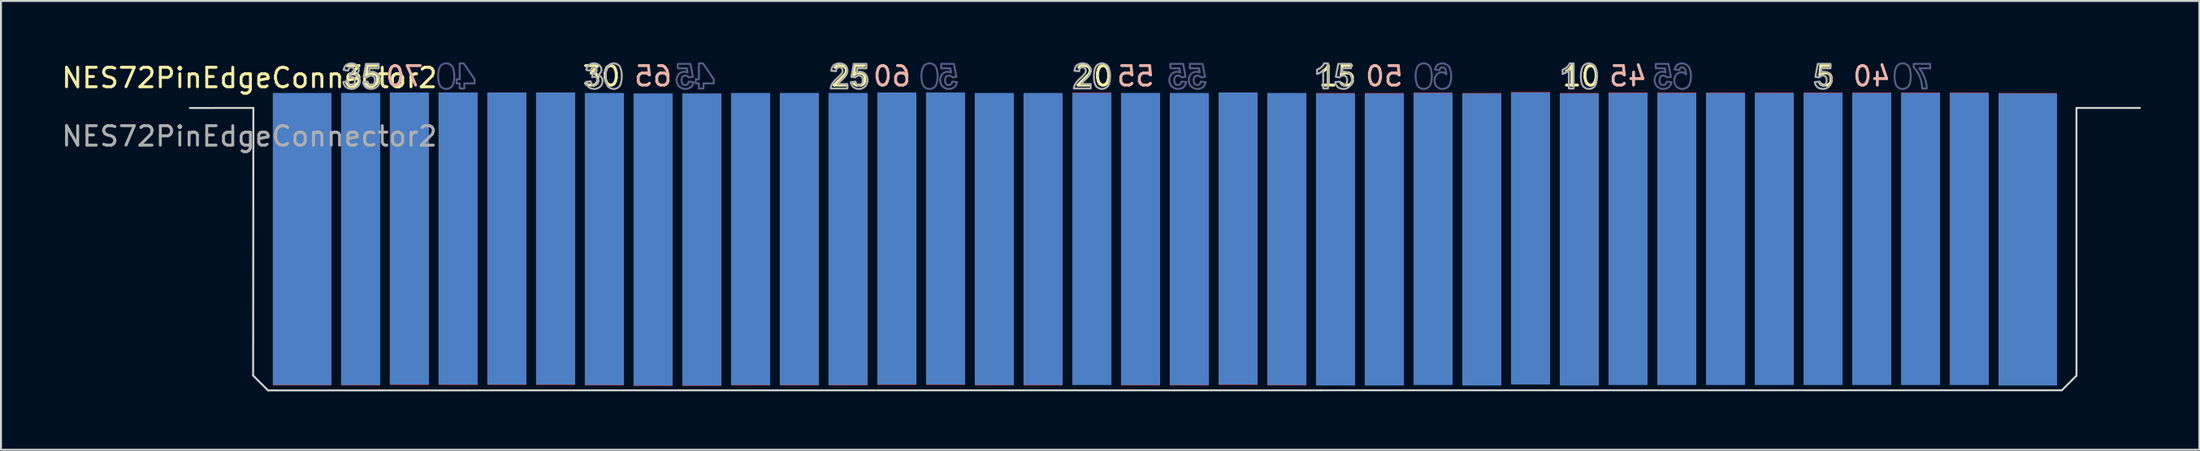
<source format=kicad_pcb>
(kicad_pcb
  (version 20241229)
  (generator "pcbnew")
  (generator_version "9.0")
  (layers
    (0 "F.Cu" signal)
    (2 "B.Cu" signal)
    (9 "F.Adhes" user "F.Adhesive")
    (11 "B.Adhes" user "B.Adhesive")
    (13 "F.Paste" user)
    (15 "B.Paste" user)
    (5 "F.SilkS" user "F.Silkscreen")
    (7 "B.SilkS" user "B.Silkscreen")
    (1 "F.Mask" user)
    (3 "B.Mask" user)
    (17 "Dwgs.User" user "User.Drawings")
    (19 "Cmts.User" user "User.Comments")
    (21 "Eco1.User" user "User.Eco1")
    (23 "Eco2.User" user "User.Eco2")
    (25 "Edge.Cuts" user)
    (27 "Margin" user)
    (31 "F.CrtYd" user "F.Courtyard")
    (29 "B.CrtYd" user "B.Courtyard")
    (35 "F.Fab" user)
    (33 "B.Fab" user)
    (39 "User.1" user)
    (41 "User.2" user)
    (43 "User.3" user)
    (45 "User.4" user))
  (footprint "NES72PinEdgeConnector2"
    (layer "F.Cu")
    (at 9.744 1.45)
    (property "Reference" "NES72PinEdgeConnector2" (at 0 -0.5 0) (unlocked yes) (layer "F.SilkS") (effects (font (size 1 1) (thickness 0.15))))
    (attr smd)
    (fp_line (start -3.051 1.047) (end 0.2 1.043) (stroke (width 0.1) (type solid)) (layer "Edge.Cuts"))
    (fp_line (start 0.188 14.789) (end 0.2 1.043) (stroke (width 0.1) (type solid)) (layer "Edge.Cuts"))
    (fp_line (start 0.188 14.789) (end 0.95 15.551) (stroke (width 0.1) (type solid)) (layer "Edge.Cuts"))
    (fp_line (start 0.95 15.551) (end 92.948 15.545) (stroke (width 0.1) (type solid)) (layer "Edge.Cuts"))
    (fp_line (start 92.948 15.545) (end 93.699 14.795) (stroke (width 0.1) (type solid)) (layer "Edge.Cuts"))
    (fp_line (start 93.698 1.045) (end 93.699 14.795) (stroke (width 0.1) (type solid)) (layer "Edge.Cuts"))
    (fp_line (start 93.698 1.045) (end 96.95 1.045) (stroke (width 0.1) (type solid)) (layer "Edge.Cuts"))
    (fp_poly (pts (xy 11.544 -0.427) (xy 11.544 -0.214) (xy 11.018 -0.214) (xy 11.018 0.043) (xy 10.781 0.043) (xy 10.781 -0.214) (xy 10.622 -0.214) (xy 10.622 -0.429) (xy 10.781 -0.429) (xy 10.781 -1.243) (xy 10.988 -1.243)) (stroke (width 0.1) (type solid)) (fill no) (layer "B.Fab"))
    (fp_poly (pts (xy 23.812 -0.427) (xy 23.812 -0.214) (xy 23.286 -0.214) (xy 23.286 0.043) (xy 23.049 0.043) (xy 23.049 -0.214) (xy 22.89 -0.214) (xy 22.89 -0.429) (xy 23.049 -0.429) (xy 23.049 -1.243) (xy 23.257 -1.243)) (stroke (width 0.1) (type solid)) (fill no) (layer "B.Fab"))
    (fp_poly (pts (xy 86.195 -0.993) (xy 85.637 -0.993) (xy 85.698 -0.91) (xy 85.752 -0.823) (xy 85.778 -0.782) (xy 85.8 -0.74) (xy 85.82 -0.701) (xy 85.839 -0.664) (xy 85.856 -0.629) (xy 85.871 -0.597) (xy 85.883 -0.568) (xy 85.894 -0.543) (xy 85.902 -0.525) (xy 85.907 -0.51) (xy 85.911 -0.501) (xy 85.913 -0.497) (xy 85.932 -0.445) (xy 85.948 -0.395) (xy 85.961 -0.345) (xy 85.974 -0.297) (xy 85.983 -0.249) (xy 85.993 -0.205) (xy 86 -0.162) (xy 86.006 -0.123) (xy 86.011 -0.088) (xy 86.015 -0.055) (xy 86.019 -0.027) (xy 86.02 -0.003) (xy 86.02 0.018) (xy 86.022 0.032) (xy 86.022 0.04) (xy 86.022 0.043) (xy 85.785 0.043) (xy 85.783 -0.021) (xy 85.778 -0.088) (xy 85.769 -0.153) (xy 85.765 -0.182) (xy 85.759 -0.212) (xy 85.754 -0.238) (xy 85.748 -0.264) (xy 85.745 -0.284) (xy 85.741 -0.303) (xy 85.737 -0.319) (xy 85.733 -0.331) (xy 85.732 -0.338) (xy 85.732 -0.34) (xy 85.707 -0.419) (xy 85.682 -0.495) (xy 85.669 -0.53) (xy 85.654 -0.564) (xy 85.641 -0.595) (xy 85.628 -0.625) (xy 85.615 -0.651) (xy 85.604 -0.675) (xy 85.593 -0.697) (xy 85.585 -0.714) (xy 85.578 -0.729) (xy 85.572 -0.738) (xy 85.569 -0.745) (xy 85.567 -0.747) (xy 85.546 -0.782) (xy 85.526 -0.816) (xy 85.507 -0.845) (xy 85.489 -0.875) (xy 85.471 -0.901) (xy 85.452 -0.925) (xy 85.435 -0.947) (xy 85.421 -0.968) (xy 85.406 -0.986) (xy 85.393 -1.001) (xy 85.382 -1.014) (xy 85.372 -1.025) (xy 85.365 -1.032) (xy 85.359 -1.038) (xy 85.356 -1.042) (xy 85.354 -1.043) (xy 85.354 -1.221) (xy 86.195 -1.221)) (stroke (width 0.1) (type solid)) (fill no) (layer "B.Fab"))
    (fp_poly (pts (xy 10.124 -1.243) (xy 10.155 -1.24) (xy 10.187 -1.232) (xy 10.214 -1.225) (xy 10.24 -1.214) (xy 10.264 -1.203) (xy 10.285 -1.192) (xy 10.305 -1.179) (xy 10.322 -1.166) (xy 10.338 -1.155) (xy 10.351 -1.143) (xy 10.361 -1.132) (xy 10.37 -1.125) (xy 10.376 -1.117) (xy 10.379 -1.114) (xy 10.381 -1.112) (xy 10.403 -1.08) (xy 10.422 -1.043) (xy 10.438 -1.004) (xy 10.453 -0.964) (xy 10.464 -0.921) (xy 10.476 -0.877) (xy 10.483 -0.834) (xy 10.49 -0.792) (xy 10.494 -0.751) (xy 10.498 -0.714) (xy 10.501 -0.679) (xy 10.503 -0.649) (xy 10.505 -0.625) (xy 10.505 -0.606) (xy 10.505 -0.599) (xy 10.505 -0.593) (xy 10.505 -0.592) (xy 10.505 -0.59) (xy 10.503 -0.523) (xy 10.5 -0.462) (xy 10.494 -0.405) (xy 10.487 -0.353) (xy 10.479 -0.306) (xy 10.47 -0.264) (xy 10.459 -0.227) (xy 10.448 -0.194) (xy 10.438 -0.166) (xy 10.427 -0.14) (xy 10.418 -0.119) (xy 10.409 -0.103) (xy 10.403 -0.092) (xy 10.398 -0.082) (xy 10.394 -0.077) (xy 10.392 -0.075) (xy 10.37 -0.049) (xy 10.346 -0.029) (xy 10.322 -0.008) (xy 10.296 0.006) (xy 10.272 0.021) (xy 10.246 0.032) (xy 10.222 0.042) (xy 10.198 0.049) (xy 10.175 0.057) (xy 10.155 0.06) (xy 10.137 0.064) (xy 10.122 0.066) (xy 10.109 0.066) (xy 10.098 0.068) (xy 10.09 0.068) (xy 10.057 0.066) (xy 10.025 0.062) (xy 9.994 0.055) (xy 9.966 0.047) (xy 9.94 0.038) (xy 9.916 0.027) (xy 9.896 0.014) (xy 9.876 0.001) (xy 9.859 -0.01) (xy 9.842 -0.023) (xy 9.829 -0.034) (xy 9.818 -0.043) (xy 9.811 -0.051) (xy 9.805 -0.058) (xy 9.802 -0.062) (xy 9.8 -0.064) (xy 9.777 -0.095) (xy 9.759 -0.132) (xy 9.74 -0.171) (xy 9.727 -0.214) (xy 9.714 -0.256) (xy 9.705 -0.299) (xy 9.696 -0.344) (xy 9.688 -0.386) (xy 9.685 -0.427) (xy 9.681 -0.464) (xy 9.677 -0.499) (xy 9.676 -0.529) (xy 9.674 -0.553) (xy 9.674 -0.571) (xy 9.674 -0.579) (xy 9.674 -0.584) (xy 9.674 -0.586) (xy 9.674 -0.588) (xy 9.676 -0.655) (xy 9.679 -0.716) (xy 9.685 -0.771) (xy 9.694 -0.823) (xy 9.703 -0.871) (xy 9.713 -0.914) (xy 9.726 -0.953) (xy 9.737 -0.986) (xy 9.748 -1.018) (xy 9.759 -1.042) (xy 9.77 -1.064) (xy 9.779 -1.082) (xy 9.789 -1.095) (xy 9.794 -1.105) (xy 9.798 -1.11) (xy 9.8 -1.112) (xy 9.82 -1.136) (xy 9.842 -1.156) (xy 9.866 -1.173) (xy 9.89 -1.19) (xy 9.914 -1.203) (xy 9.938 -1.212) (xy 9.961 -1.221) (xy 9.985 -1.229) (xy 10.007 -1.234) (xy 10.025 -1.238) (xy 10.044 -1.242) (xy 10.059 -1.243) (xy 10.072 -1.245) (xy 10.09 -1.245)) (stroke (width 0.1) (type solid)) (fill no) (layer "B.Fab"))
    (fp_poly (pts (xy 34.91 -1.243) (xy 34.941 -1.24) (xy 34.972 -1.232) (xy 35 -1.225) (xy 35.026 -1.214) (xy 35.05 -1.203) (xy 35.071 -1.192) (xy 35.091 -1.179) (xy 35.108 -1.166) (xy 35.124 -1.155) (xy 35.137 -1.143) (xy 35.147 -1.132) (xy 35.156 -1.125) (xy 35.161 -1.117) (xy 35.165 -1.114) (xy 35.167 -1.112) (xy 35.189 -1.08) (xy 35.208 -1.043) (xy 35.224 -1.004) (xy 35.239 -0.964) (xy 35.25 -0.921) (xy 35.261 -0.877) (xy 35.269 -0.834) (xy 35.276 -0.792) (xy 35.28 -0.751) (xy 35.284 -0.714) (xy 35.287 -0.679) (xy 35.289 -0.649) (xy 35.291 -0.625) (xy 35.291 -0.606) (xy 35.291 -0.599) (xy 35.291 -0.593) (xy 35.291 -0.592) (xy 35.291 -0.59) (xy 35.289 -0.523) (xy 35.285 -0.462) (xy 35.28 -0.405) (xy 35.273 -0.353) (xy 35.265 -0.306) (xy 35.256 -0.264) (xy 35.245 -0.227) (xy 35.234 -0.194) (xy 35.224 -0.166) (xy 35.213 -0.14) (xy 35.204 -0.119) (xy 35.195 -0.103) (xy 35.189 -0.092) (xy 35.184 -0.082) (xy 35.18 -0.077) (xy 35.178 -0.075) (xy 35.156 -0.049) (xy 35.132 -0.029) (xy 35.108 -0.008) (xy 35.082 0.006) (xy 35.058 0.021) (xy 35.032 0.032) (xy 35.008 0.042) (xy 34.984 0.049) (xy 34.961 0.057) (xy 34.941 0.06) (xy 34.922 0.064) (xy 34.908 0.066) (xy 34.895 0.066) (xy 34.884 0.068) (xy 34.876 0.068) (xy 34.843 0.066) (xy 34.811 0.062) (xy 34.78 0.055) (xy 34.752 0.047) (xy 34.726 0.038) (xy 34.702 0.027) (xy 34.682 0.014) (xy 34.661 0.001) (xy 34.645 -0.01) (xy 34.628 -0.023) (xy 34.615 -0.034) (xy 34.604 -0.043) (xy 34.597 -0.051) (xy 34.591 -0.058) (xy 34.587 -0.062) (xy 34.586 -0.064) (xy 34.563 -0.095) (xy 34.545 -0.132) (xy 34.526 -0.171) (xy 34.513 -0.214) (xy 34.5 -0.256) (xy 34.491 -0.299) (xy 34.482 -0.344) (xy 34.474 -0.386) (xy 34.471 -0.427) (xy 34.467 -0.464) (xy 34.463 -0.499) (xy 34.462 -0.529) (xy 34.46 -0.553) (xy 34.46 -0.571) (xy 34.46 -0.579) (xy 34.46 -0.584) (xy 34.46 -0.586) (xy 34.46 -0.588) (xy 34.462 -0.655) (xy 34.465 -0.716) (xy 34.471 -0.771) (xy 34.48 -0.823) (xy 34.489 -0.871) (xy 34.498 -0.914) (xy 34.511 -0.953) (xy 34.523 -0.986) (xy 34.534 -1.018) (xy 34.545 -1.042) (xy 34.556 -1.064) (xy 34.565 -1.082) (xy 34.574 -1.095) (xy 34.58 -1.105) (xy 34.584 -1.11) (xy 34.586 -1.112) (xy 34.606 -1.136) (xy 34.628 -1.156) (xy 34.652 -1.173) (xy 34.676 -1.19) (xy 34.7 -1.203) (xy 34.724 -1.212) (xy 34.747 -1.221) (xy 34.771 -1.229) (xy 34.793 -1.234) (xy 34.811 -1.238) (xy 34.83 -1.242) (xy 34.845 -1.243) (xy 34.858 -1.245) (xy 34.876 -1.245)) (stroke (width 0.1) (type solid)) (fill no) (layer "B.Fab"))
    (fp_poly (pts (xy 60.255 -1.243) (xy 60.286 -1.24) (xy 60.318 -1.232) (xy 60.346 -1.225) (xy 60.372 -1.214) (xy 60.396 -1.203) (xy 60.416 -1.192) (xy 60.437 -1.179) (xy 60.453 -1.166) (xy 60.47 -1.155) (xy 60.483 -1.143) (xy 60.492 -1.132) (xy 60.501 -1.125) (xy 60.507 -1.117) (xy 60.511 -1.114) (xy 60.512 -1.112) (xy 60.535 -1.08) (xy 60.553 -1.043) (xy 60.57 -1.004) (xy 60.585 -0.964) (xy 60.596 -0.921) (xy 60.607 -0.877) (xy 60.614 -0.834) (xy 60.622 -0.792) (xy 60.625 -0.751) (xy 60.629 -0.714) (xy 60.633 -0.679) (xy 60.635 -0.649) (xy 60.636 -0.625) (xy 60.636 -0.606) (xy 60.636 -0.599) (xy 60.636 -0.593) (xy 60.636 -0.592) (xy 60.636 -0.59) (xy 60.635 -0.523) (xy 60.631 -0.462) (xy 60.625 -0.405) (xy 60.618 -0.353) (xy 60.611 -0.306) (xy 60.601 -0.264) (xy 60.59 -0.227) (xy 60.579 -0.194) (xy 60.57 -0.166) (xy 60.559 -0.14) (xy 60.55 -0.119) (xy 60.54 -0.103) (xy 60.535 -0.092) (xy 60.529 -0.082) (xy 60.525 -0.077) (xy 60.524 -0.075) (xy 60.501 -0.049) (xy 60.477 -0.029) (xy 60.453 -0.008) (xy 60.427 0.006) (xy 60.403 0.021) (xy 60.377 0.032) (xy 60.353 0.042) (xy 60.329 0.049) (xy 60.307 0.057) (xy 60.286 0.06) (xy 60.268 0.064) (xy 60.253 0.066) (xy 60.24 0.066) (xy 60.229 0.068) (xy 60.222 0.068) (xy 60.188 0.066) (xy 60.157 0.062) (xy 60.125 0.055) (xy 60.098 0.047) (xy 60.072 0.038) (xy 60.048 0.027) (xy 60.027 0.014) (xy 60.007 0.001) (xy 59.99 -0.01) (xy 59.974 -0.023) (xy 59.961 -0.034) (xy 59.95 -0.043) (xy 59.942 -0.051) (xy 59.937 -0.058) (xy 59.933 -0.062) (xy 59.931 -0.064) (xy 59.909 -0.095) (xy 59.89 -0.132) (xy 59.872 -0.171) (xy 59.859 -0.214) (xy 59.846 -0.256) (xy 59.837 -0.299) (xy 59.827 -0.344) (xy 59.82 -0.386) (xy 59.816 -0.427) (xy 59.812 -0.464) (xy 59.809 -0.499) (xy 59.807 -0.529) (xy 59.805 -0.553) (xy 59.805 -0.571) (xy 59.805 -0.579) (xy 59.805 -0.584) (xy 59.805 -0.586) (xy 59.805 -0.588) (xy 59.807 -0.655) (xy 59.811 -0.716) (xy 59.816 -0.771) (xy 59.825 -0.823) (xy 59.835 -0.871) (xy 59.844 -0.914) (xy 59.857 -0.953) (xy 59.868 -0.986) (xy 59.879 -1.018) (xy 59.89 -1.042) (xy 59.901 -1.064) (xy 59.911 -1.082) (xy 59.92 -1.095) (xy 59.925 -1.105) (xy 59.929 -1.11) (xy 59.931 -1.112) (xy 59.951 -1.136) (xy 59.974 -1.156) (xy 59.998 -1.173) (xy 60.022 -1.19) (xy 60.046 -1.203) (xy 60.07 -1.212) (xy 60.092 -1.221) (xy 60.116 -1.229) (xy 60.138 -1.234) (xy 60.157 -1.238) (xy 60.175 -1.242) (xy 60.19 -1.243) (xy 60.203 -1.245) (xy 60.222 -1.245)) (stroke (width 0.1) (type solid)) (fill no) (layer "B.Fab"))
    (fp_poly (pts (xy 84.817 -1.243) (xy 84.848 -1.24) (xy 84.88 -1.232) (xy 84.908 -1.225) (xy 84.933 -1.214) (xy 84.958 -1.203) (xy 84.978 -1.192) (xy 84.998 -1.179) (xy 85.015 -1.166) (xy 85.032 -1.155) (xy 85.045 -1.143) (xy 85.054 -1.132) (xy 85.063 -1.125) (xy 85.069 -1.117) (xy 85.072 -1.114) (xy 85.074 -1.112) (xy 85.097 -1.08) (xy 85.115 -1.043) (xy 85.132 -1.004) (xy 85.147 -0.964) (xy 85.158 -0.921) (xy 85.169 -0.877) (xy 85.176 -0.834) (xy 85.183 -0.792) (xy 85.187 -0.751) (xy 85.191 -0.714) (xy 85.195 -0.679) (xy 85.197 -0.649) (xy 85.198 -0.625) (xy 85.198 -0.606) (xy 85.198 -0.599) (xy 85.198 -0.593) (xy 85.198 -0.592) (xy 85.198 -0.59) (xy 85.197 -0.523) (xy 85.193 -0.462) (xy 85.187 -0.405) (xy 85.18 -0.353) (xy 85.172 -0.306) (xy 85.163 -0.264) (xy 85.152 -0.227) (xy 85.141 -0.194) (xy 85.132 -0.166) (xy 85.121 -0.14) (xy 85.111 -0.119) (xy 85.102 -0.103) (xy 85.097 -0.092) (xy 85.091 -0.082) (xy 85.087 -0.077) (xy 85.085 -0.075) (xy 85.063 -0.049) (xy 85.039 -0.029) (xy 85.015 -0.008) (xy 84.989 0.006) (xy 84.965 0.021) (xy 84.939 0.032) (xy 84.915 0.042) (xy 84.891 0.049) (xy 84.869 0.057) (xy 84.848 0.06) (xy 84.83 0.064) (xy 84.815 0.066) (xy 84.802 0.066) (xy 84.791 0.068) (xy 84.784 0.068) (xy 84.75 0.066) (xy 84.719 0.062) (xy 84.687 0.055) (xy 84.659 0.047) (xy 84.633 0.038) (xy 84.609 0.027) (xy 84.589 0.014) (xy 84.569 0.001) (xy 84.552 -0.01) (xy 84.535 -0.023) (xy 84.522 -0.034) (xy 84.511 -0.043) (xy 84.504 -0.051) (xy 84.498 -0.058) (xy 84.495 -0.062) (xy 84.493 -0.064) (xy 84.471 -0.095) (xy 84.452 -0.132) (xy 84.434 -0.171) (xy 84.421 -0.214) (xy 84.408 -0.256) (xy 84.398 -0.299) (xy 84.389 -0.344) (xy 84.382 -0.386) (xy 84.378 -0.427) (xy 84.374 -0.464) (xy 84.371 -0.499) (xy 84.369 -0.529) (xy 84.367 -0.553) (xy 84.367 -0.571) (xy 84.367 -0.579) (xy 84.367 -0.584) (xy 84.367 -0.586) (xy 84.367 -0.588) (xy 84.369 -0.655) (xy 84.373 -0.716) (xy 84.378 -0.771) (xy 84.387 -0.823) (xy 84.397 -0.871) (xy 84.406 -0.914) (xy 84.419 -0.953) (xy 84.43 -0.986) (xy 84.441 -1.018) (xy 84.452 -1.042) (xy 84.463 -1.064) (xy 84.472 -1.082) (xy 84.482 -1.095) (xy 84.487 -1.105) (xy 84.491 -1.11) (xy 84.493 -1.112) (xy 84.513 -1.136) (xy 84.535 -1.156) (xy 84.559 -1.173) (xy 84.584 -1.19) (xy 84.608 -1.203) (xy 84.632 -1.212) (xy 84.654 -1.221) (xy 84.678 -1.229) (xy 84.7 -1.234) (xy 84.719 -1.238) (xy 84.737 -1.242) (xy 84.752 -1.243) (xy 84.765 -1.245) (xy 84.784 -1.245)) (stroke (width 0.1) (type solid)) (fill no) (layer "B.Fab"))
    (fp_poly (pts (xy 22.74 -0.553) (xy 22.542 -0.525) (xy 22.525 -0.542) (xy 22.509 -0.556) (xy 22.492 -0.569) (xy 22.475 -0.581) (xy 22.444 -0.597) (xy 22.414 -0.608) (xy 22.388 -0.614) (xy 22.37 -0.618) (xy 22.362 -0.619) (xy 22.351 -0.619) (xy 22.322 -0.618) (xy 22.294 -0.61) (xy 22.27 -0.601) (xy 22.249 -0.59) (xy 22.235 -0.577) (xy 22.221 -0.568) (xy 22.214 -0.56) (xy 22.212 -0.558) (xy 22.194 -0.534) (xy 22.181 -0.506) (xy 22.172 -0.477) (xy 22.166 -0.447) (xy 22.16 -0.421) (xy 22.159 -0.401) (xy 22.159 -0.392) (xy 22.159 -0.386) (xy 22.159 -0.382) (xy 22.159 -0.381) (xy 22.16 -0.336) (xy 22.166 -0.297) (xy 22.175 -0.266) (xy 22.184 -0.24) (xy 22.196 -0.218) (xy 22.203 -0.203) (xy 22.21 -0.195) (xy 22.212 -0.192) (xy 22.233 -0.171) (xy 22.255 -0.155) (xy 22.277 -0.143) (xy 22.297 -0.136) (xy 22.316 -0.132) (xy 22.331 -0.131) (xy 22.34 -0.129) (xy 22.344 -0.129) (xy 22.368 -0.131) (xy 22.392 -0.136) (xy 22.412 -0.143) (xy 22.429 -0.153) (xy 22.444 -0.162) (xy 22.455 -0.169) (xy 22.462 -0.175) (xy 22.464 -0.177) (xy 22.481 -0.197) (xy 22.496 -0.218) (xy 22.507 -0.24) (xy 22.514 -0.26) (xy 22.52 -0.279) (xy 22.523 -0.295) (xy 22.525 -0.305) (xy 22.525 -0.308) (xy 22.77 -0.282) (xy 22.764 -0.253) (xy 22.759 -0.225) (xy 22.74 -0.175) (xy 22.72 -0.131) (xy 22.709 -0.112) (xy 22.695 -0.093) (xy 22.684 -0.079) (xy 22.675 -0.066) (xy 22.664 -0.055) (xy 22.657 -0.043) (xy 22.649 -0.036) (xy 22.644 -0.03) (xy 22.64 -0.029) (xy 22.638 -0.027) (xy 22.616 -0.01) (xy 22.594 0.005) (xy 22.57 0.018) (xy 22.546 0.027) (xy 22.496 0.045) (xy 22.451 0.057) (xy 22.429 0.06) (xy 22.41 0.062) (xy 22.392 0.064) (xy 22.377 0.066) (xy 22.364 0.068) (xy 22.347 0.068) (xy 22.307 0.066) (xy 22.268 0.06) (xy 22.233 0.053) (xy 22.199 0.042) (xy 22.168 0.029) (xy 22.14 0.014) (xy 22.114 -0.001) (xy 22.09 -0.018) (xy 22.07 -0.032) (xy 22.051 -0.047) (xy 22.035 -0.062) (xy 22.021 -0.075) (xy 22.012 -0.086) (xy 22.005 -0.093) (xy 22.001 -0.099) (xy 21.999 -0.101) (xy 21.983 -0.125) (xy 21.968 -0.149) (xy 21.957 -0.173) (xy 21.946 -0.199) (xy 21.929 -0.247) (xy 21.918 -0.292) (xy 21.914 -0.31) (xy 21.912 -0.329) (xy 21.909 -0.345) (xy 21.909 -0.36) (xy 21.907 -0.371) (xy 21.907 -0.379) (xy 21.907 -0.384) (xy 21.907 -0.386) (xy 21.909 -0.421) (xy 21.912 -0.455) (xy 21.918 -0.486) (xy 21.925 -0.516) (xy 21.933 -0.542) (xy 21.944 -0.568) (xy 21.953 -0.592) (xy 21.964 -0.612) (xy 21.975 -0.63) (xy 21.985 -0.647) (xy 21.996 -0.662) (xy 22.003 -0.673) (xy 22.01 -0.682) (xy 22.016 -0.69) (xy 22.02 -0.693) (xy 22.021 -0.695) (xy 22.044 -0.716) (xy 22.066 -0.734) (xy 22.09 -0.751) (xy 22.114 -0.766) (xy 22.136 -0.777) (xy 22.16 -0.786) (xy 22.203 -0.801) (xy 22.223 -0.806) (xy 22.242 -0.81) (xy 22.259 -0.812) (xy 22.271 -0.814) (xy 22.283 -0.816) (xy 22.299 -0.816) (xy 22.331 -0.814) (xy 22.362 -0.808) (xy 22.39 -0.803) (xy 22.416 -0.795) (xy 22.436 -0.786) (xy 22.453 -0.78) (xy 22.464 -0.775) (xy 22.466 -0.773) (xy 22.468 -0.773) (xy 22.429 -0.992) (xy 21.964 -0.992) (xy 21.964 -1.221) (xy 22.614 -1.221)) (stroke (width 0.1) (type solid)) (fill no) (layer "B.Fab"))
    (fp_poly (pts (xy 36.254 -0.553) (xy 36.056 -0.525) (xy 36.039 -0.542) (xy 36.022 -0.556) (xy 36.006 -0.569) (xy 35.989 -0.581) (xy 35.958 -0.597) (xy 35.928 -0.608) (xy 35.902 -0.614) (xy 35.883 -0.618) (xy 35.876 -0.619) (xy 35.865 -0.619) (xy 35.835 -0.618) (xy 35.808 -0.61) (xy 35.784 -0.601) (xy 35.763 -0.59) (xy 35.748 -0.577) (xy 35.735 -0.568) (xy 35.728 -0.56) (xy 35.726 -0.558) (xy 35.708 -0.534) (xy 35.695 -0.506) (xy 35.685 -0.477) (xy 35.68 -0.447) (xy 35.674 -0.421) (xy 35.672 -0.401) (xy 35.672 -0.392) (xy 35.672 -0.386) (xy 35.672 -0.382) (xy 35.672 -0.381) (xy 35.674 -0.336) (xy 35.68 -0.297) (xy 35.689 -0.266) (xy 35.698 -0.24) (xy 35.709 -0.218) (xy 35.717 -0.203) (xy 35.724 -0.195) (xy 35.726 -0.192) (xy 35.746 -0.171) (xy 35.769 -0.155) (xy 35.791 -0.143) (xy 35.811 -0.136) (xy 35.83 -0.132) (xy 35.845 -0.131) (xy 35.854 -0.129) (xy 35.858 -0.129) (xy 35.882 -0.131) (xy 35.906 -0.136) (xy 35.926 -0.143) (xy 35.943 -0.153) (xy 35.958 -0.162) (xy 35.969 -0.169) (xy 35.976 -0.175) (xy 35.978 -0.177) (xy 35.995 -0.197) (xy 36.01 -0.218) (xy 36.021 -0.24) (xy 36.028 -0.26) (xy 36.033 -0.279) (xy 36.037 -0.295) (xy 36.039 -0.305) (xy 36.039 -0.308) (xy 36.283 -0.282) (xy 36.278 -0.253) (xy 36.272 -0.225) (xy 36.254 -0.175) (xy 36.233 -0.131) (xy 36.222 -0.112) (xy 36.209 -0.093) (xy 36.198 -0.079) (xy 36.189 -0.066) (xy 36.178 -0.055) (xy 36.171 -0.043) (xy 36.163 -0.036) (xy 36.158 -0.03) (xy 36.154 -0.029) (xy 36.152 -0.027) (xy 36.13 -0.01) (xy 36.108 0.005) (xy 36.084 0.018) (xy 36.059 0.027) (xy 36.01 0.045) (xy 35.965 0.057) (xy 35.943 0.06) (xy 35.924 0.062) (xy 35.906 0.064) (xy 35.891 0.066) (xy 35.878 0.068) (xy 35.861 0.068) (xy 35.821 0.066) (xy 35.782 0.06) (xy 35.746 0.053) (xy 35.713 0.042) (xy 35.682 0.029) (xy 35.654 0.014) (xy 35.628 -0.001) (xy 35.604 -0.018) (xy 35.584 -0.032) (xy 35.565 -0.047) (xy 35.548 -0.062) (xy 35.535 -0.075) (xy 35.526 -0.086) (xy 35.519 -0.093) (xy 35.515 -0.099) (xy 35.513 -0.101) (xy 35.496 -0.125) (xy 35.482 -0.149) (xy 35.471 -0.173) (xy 35.459 -0.199) (xy 35.443 -0.247) (xy 35.432 -0.292) (xy 35.428 -0.31) (xy 35.426 -0.329) (xy 35.422 -0.345) (xy 35.422 -0.36) (xy 35.421 -0.371) (xy 35.421 -0.379) (xy 35.421 -0.384) (xy 35.421 -0.386) (xy 35.422 -0.421) (xy 35.426 -0.455) (xy 35.432 -0.486) (xy 35.439 -0.516) (xy 35.447 -0.542) (xy 35.458 -0.568) (xy 35.467 -0.592) (xy 35.478 -0.612) (xy 35.489 -0.63) (xy 35.498 -0.647) (xy 35.51 -0.662) (xy 35.517 -0.673) (xy 35.524 -0.682) (xy 35.53 -0.69) (xy 35.534 -0.693) (xy 35.535 -0.695) (xy 35.558 -0.716) (xy 35.58 -0.734) (xy 35.604 -0.751) (xy 35.628 -0.766) (xy 35.65 -0.777) (xy 35.674 -0.786) (xy 35.717 -0.801) (xy 35.737 -0.806) (xy 35.756 -0.81) (xy 35.772 -0.812) (xy 35.785 -0.814) (xy 35.797 -0.816) (xy 35.813 -0.816) (xy 35.845 -0.814) (xy 35.876 -0.808) (xy 35.904 -0.803) (xy 35.93 -0.795) (xy 35.95 -0.786) (xy 35.967 -0.78) (xy 35.978 -0.775) (xy 35.98 -0.773) (xy 35.982 -0.773) (xy 35.943 -0.992) (xy 35.478 -0.992) (xy 35.478 -1.221) (xy 36.128 -1.221)) (stroke (width 0.1) (type solid)) (fill no) (layer "B.Fab"))
    (fp_poly (pts (xy 48.008 -0.553) (xy 47.81 -0.525) (xy 47.794 -0.542) (xy 47.777 -0.556) (xy 47.76 -0.569) (xy 47.744 -0.581) (xy 47.712 -0.597) (xy 47.683 -0.608) (xy 47.657 -0.614) (xy 47.638 -0.618) (xy 47.631 -0.619) (xy 47.62 -0.619) (xy 47.59 -0.618) (xy 47.562 -0.61) (xy 47.538 -0.601) (xy 47.518 -0.59) (xy 47.503 -0.577) (xy 47.49 -0.568) (xy 47.483 -0.56) (xy 47.481 -0.558) (xy 47.462 -0.534) (xy 47.449 -0.506) (xy 47.44 -0.477) (xy 47.434 -0.447) (xy 47.429 -0.421) (xy 47.427 -0.401) (xy 47.427 -0.392) (xy 47.427 -0.386) (xy 47.427 -0.382) (xy 47.427 -0.381) (xy 47.429 -0.336) (xy 47.434 -0.297) (xy 47.444 -0.266) (xy 47.453 -0.24) (xy 47.464 -0.218) (xy 47.471 -0.203) (xy 47.479 -0.195) (xy 47.481 -0.192) (xy 47.501 -0.171) (xy 47.523 -0.155) (xy 47.546 -0.143) (xy 47.566 -0.136) (xy 47.584 -0.132) (xy 47.599 -0.131) (xy 47.608 -0.129) (xy 47.612 -0.129) (xy 47.636 -0.131) (xy 47.66 -0.136) (xy 47.681 -0.143) (xy 47.697 -0.153) (xy 47.712 -0.162) (xy 47.723 -0.169) (xy 47.731 -0.175) (xy 47.733 -0.177) (xy 47.749 -0.197) (xy 47.764 -0.218) (xy 47.775 -0.24) (xy 47.783 -0.26) (xy 47.788 -0.279) (xy 47.792 -0.295) (xy 47.794 -0.305) (xy 47.794 -0.308) (xy 48.038 -0.282) (xy 48.033 -0.253) (xy 48.027 -0.225) (xy 48.008 -0.175) (xy 47.988 -0.131) (xy 47.977 -0.112) (xy 47.964 -0.093) (xy 47.953 -0.079) (xy 47.944 -0.066) (xy 47.933 -0.055) (xy 47.925 -0.043) (xy 47.918 -0.036) (xy 47.912 -0.03) (xy 47.908 -0.029) (xy 47.907 -0.027) (xy 47.884 -0.01) (xy 47.862 0.005) (xy 47.838 0.018) (xy 47.814 0.027) (xy 47.764 0.045) (xy 47.72 0.057) (xy 47.697 0.06) (xy 47.679 0.062) (xy 47.66 0.064) (xy 47.646 0.066) (xy 47.633 0.068) (xy 47.616 0.068) (xy 47.575 0.066) (xy 47.536 0.06) (xy 47.501 0.053) (xy 47.468 0.042) (xy 47.436 0.029) (xy 47.408 0.014) (xy 47.383 -0.001) (xy 47.358 -0.018) (xy 47.338 -0.032) (xy 47.32 -0.047) (xy 47.303 -0.062) (xy 47.29 -0.075) (xy 47.281 -0.086) (xy 47.273 -0.093) (xy 47.27 -0.099) (xy 47.268 -0.101) (xy 47.251 -0.125) (xy 47.236 -0.149) (xy 47.225 -0.173) (xy 47.214 -0.199) (xy 47.197 -0.247) (xy 47.186 -0.292) (xy 47.183 -0.31) (xy 47.181 -0.329) (xy 47.177 -0.345) (xy 47.177 -0.36) (xy 47.175 -0.371) (xy 47.175 -0.379) (xy 47.175 -0.384) (xy 47.175 -0.386) (xy 47.177 -0.421) (xy 47.181 -0.455) (xy 47.186 -0.486) (xy 47.194 -0.516) (xy 47.201 -0.542) (xy 47.212 -0.568) (xy 47.221 -0.592) (xy 47.233 -0.612) (xy 47.244 -0.63) (xy 47.253 -0.647) (xy 47.264 -0.662) (xy 47.272 -0.673) (xy 47.279 -0.682) (xy 47.285 -0.69) (xy 47.288 -0.693) (xy 47.29 -0.695) (xy 47.312 -0.716) (xy 47.334 -0.734) (xy 47.358 -0.751) (xy 47.383 -0.766) (xy 47.405 -0.777) (xy 47.429 -0.786) (xy 47.471 -0.801) (xy 47.492 -0.806) (xy 47.51 -0.81) (xy 47.527 -0.812) (xy 47.54 -0.814) (xy 47.551 -0.816) (xy 47.568 -0.816) (xy 47.599 -0.814) (xy 47.631 -0.808) (xy 47.658 -0.803) (xy 47.684 -0.795) (xy 47.705 -0.786) (xy 47.721 -0.78) (xy 47.733 -0.775) (xy 47.734 -0.773) (xy 47.736 -0.773) (xy 47.697 -0.992) (xy 47.233 -0.992) (xy 47.233 -1.221) (xy 47.883 -1.221)) (stroke (width 0.1) (type solid)) (fill no) (layer "B.Fab"))
    (fp_poly (pts (xy 49.005 -0.553) (xy 48.806 -0.525) (xy 48.79 -0.542) (xy 48.773 -0.556) (xy 48.757 -0.569) (xy 48.74 -0.581) (xy 48.708 -0.597) (xy 48.679 -0.608) (xy 48.653 -0.614) (xy 48.634 -0.618) (xy 48.627 -0.619) (xy 48.616 -0.619) (xy 48.586 -0.618) (xy 48.558 -0.61) (xy 48.534 -0.601) (xy 48.514 -0.59) (xy 48.499 -0.577) (xy 48.486 -0.568) (xy 48.479 -0.56) (xy 48.477 -0.558) (xy 48.458 -0.534) (xy 48.446 -0.506) (xy 48.436 -0.477) (xy 48.431 -0.447) (xy 48.425 -0.421) (xy 48.423 -0.401) (xy 48.423 -0.392) (xy 48.423 -0.386) (xy 48.423 -0.382) (xy 48.423 -0.381) (xy 48.425 -0.336) (xy 48.431 -0.297) (xy 48.44 -0.266) (xy 48.449 -0.24) (xy 48.46 -0.218) (xy 48.468 -0.203) (xy 48.475 -0.195) (xy 48.477 -0.192) (xy 48.497 -0.171) (xy 48.52 -0.155) (xy 48.542 -0.143) (xy 48.562 -0.136) (xy 48.581 -0.132) (xy 48.596 -0.131) (xy 48.605 -0.129) (xy 48.608 -0.129) (xy 48.633 -0.131) (xy 48.657 -0.136) (xy 48.677 -0.143) (xy 48.694 -0.153) (xy 48.708 -0.162) (xy 48.719 -0.169) (xy 48.727 -0.175) (xy 48.729 -0.177) (xy 48.745 -0.197) (xy 48.76 -0.218) (xy 48.771 -0.24) (xy 48.779 -0.26) (xy 48.784 -0.279) (xy 48.788 -0.295) (xy 48.79 -0.305) (xy 48.79 -0.308) (xy 49.034 -0.282) (xy 49.029 -0.253) (xy 49.023 -0.225) (xy 49.005 -0.175) (xy 48.984 -0.131) (xy 48.973 -0.112) (xy 48.96 -0.093) (xy 48.949 -0.079) (xy 48.94 -0.066) (xy 48.929 -0.055) (xy 48.921 -0.043) (xy 48.914 -0.036) (xy 48.908 -0.03) (xy 48.905 -0.029) (xy 48.903 -0.027) (xy 48.881 -0.01) (xy 48.858 0.005) (xy 48.834 0.018) (xy 48.81 0.027) (xy 48.76 0.045) (xy 48.716 0.057) (xy 48.694 0.06) (xy 48.675 0.062) (xy 48.657 0.064) (xy 48.642 0.066) (xy 48.629 0.068) (xy 48.612 0.068) (xy 48.571 0.066) (xy 48.532 0.06) (xy 48.497 0.053) (xy 48.464 0.042) (xy 48.432 0.029) (xy 48.405 0.014) (xy 48.379 -0.001) (xy 48.355 -0.018) (xy 48.334 -0.032) (xy 48.316 -0.047) (xy 48.299 -0.062) (xy 48.286 -0.075) (xy 48.277 -0.086) (xy 48.27 -0.093) (xy 48.266 -0.099) (xy 48.264 -0.101) (xy 48.247 -0.125) (xy 48.233 -0.149) (xy 48.221 -0.173) (xy 48.21 -0.199) (xy 48.194 -0.247) (xy 48.182 -0.292) (xy 48.179 -0.31) (xy 48.177 -0.329) (xy 48.173 -0.345) (xy 48.173 -0.36) (xy 48.171 -0.371) (xy 48.171 -0.379) (xy 48.171 -0.384) (xy 48.171 -0.386) (xy 48.173 -0.421) (xy 48.177 -0.455) (xy 48.182 -0.486) (xy 48.19 -0.516) (xy 48.197 -0.542) (xy 48.209 -0.568) (xy 48.218 -0.592) (xy 48.229 -0.612) (xy 48.24 -0.63) (xy 48.249 -0.647) (xy 48.26 -0.662) (xy 48.268 -0.673) (xy 48.275 -0.682) (xy 48.281 -0.69) (xy 48.284 -0.693) (xy 48.286 -0.695) (xy 48.308 -0.716) (xy 48.331 -0.734) (xy 48.355 -0.751) (xy 48.379 -0.766) (xy 48.401 -0.777) (xy 48.425 -0.786) (xy 48.468 -0.801) (xy 48.488 -0.806) (xy 48.507 -0.81) (xy 48.523 -0.812) (xy 48.536 -0.814) (xy 48.547 -0.816) (xy 48.564 -0.816) (xy 48.596 -0.814) (xy 48.627 -0.808) (xy 48.655 -0.803) (xy 48.681 -0.795) (xy 48.701 -0.786) (xy 48.718 -0.78) (xy 48.729 -0.775) (xy 48.731 -0.773) (xy 48.733 -0.773) (xy 48.694 -0.992) (xy 48.229 -0.992) (xy 48.229 -1.221) (xy 48.879 -1.221)) (stroke (width 0.1) (type solid)) (fill no) (layer "B.Fab"))
    (fp_poly (pts (xy 72.897 -0.553) (xy 72.699 -0.525) (xy 72.682 -0.542) (xy 72.665 -0.556) (xy 72.649 -0.569) (xy 72.632 -0.581) (xy 72.6 -0.597) (xy 72.571 -0.608) (xy 72.545 -0.614) (xy 72.526 -0.618) (xy 72.519 -0.619) (xy 72.508 -0.619) (xy 72.478 -0.618) (xy 72.451 -0.61) (xy 72.427 -0.601) (xy 72.406 -0.59) (xy 72.391 -0.577) (xy 72.378 -0.568) (xy 72.371 -0.56) (xy 72.369 -0.558) (xy 72.35 -0.534) (xy 72.338 -0.506) (xy 72.328 -0.477) (xy 72.323 -0.447) (xy 72.317 -0.421) (xy 72.315 -0.401) (xy 72.315 -0.392) (xy 72.315 -0.386) (xy 72.315 -0.382) (xy 72.315 -0.381) (xy 72.317 -0.336) (xy 72.323 -0.297) (xy 72.332 -0.266) (xy 72.341 -0.24) (xy 72.352 -0.218) (xy 72.36 -0.203) (xy 72.367 -0.195) (xy 72.369 -0.192) (xy 72.389 -0.171) (xy 72.412 -0.155) (xy 72.434 -0.143) (xy 72.454 -0.136) (xy 72.473 -0.132) (xy 72.488 -0.131) (xy 72.497 -0.129) (xy 72.501 -0.129) (xy 72.525 -0.131) (xy 72.549 -0.136) (xy 72.569 -0.143) (xy 72.586 -0.153) (xy 72.6 -0.162) (xy 72.612 -0.169) (xy 72.619 -0.175) (xy 72.621 -0.177) (xy 72.638 -0.197) (xy 72.652 -0.218) (xy 72.663 -0.24) (xy 72.671 -0.26) (xy 72.676 -0.279) (xy 72.68 -0.295) (xy 72.682 -0.305) (xy 72.682 -0.308) (xy 72.926 -0.282) (xy 72.921 -0.253) (xy 72.915 -0.225) (xy 72.897 -0.175) (xy 72.876 -0.131) (xy 72.865 -0.112) (xy 72.852 -0.093) (xy 72.841 -0.079) (xy 72.832 -0.066) (xy 72.821 -0.055) (xy 72.813 -0.043) (xy 72.806 -0.036) (xy 72.8 -0.03) (xy 72.797 -0.029) (xy 72.795 -0.027) (xy 72.773 -0.01) (xy 72.751 0.005) (xy 72.726 0.018) (xy 72.702 0.027) (xy 72.652 0.045) (xy 72.608 0.057) (xy 72.586 0.06) (xy 72.567 0.062) (xy 72.549 0.064) (xy 72.534 0.066) (xy 72.521 0.068) (xy 72.504 0.068) (xy 72.463 0.066) (xy 72.425 0.06) (xy 72.389 0.053) (xy 72.356 0.042) (xy 72.325 0.029) (xy 72.297 0.014) (xy 72.271 -0.001) (xy 72.247 -0.018) (xy 72.227 -0.032) (xy 72.208 -0.047) (xy 72.191 -0.062) (xy 72.178 -0.075) (xy 72.169 -0.086) (xy 72.162 -0.093) (xy 72.158 -0.099) (xy 72.156 -0.101) (xy 72.139 -0.125) (xy 72.125 -0.149) (xy 72.114 -0.173) (xy 72.102 -0.199) (xy 72.086 -0.247) (xy 72.075 -0.292) (xy 72.071 -0.31) (xy 72.069 -0.329) (xy 72.065 -0.345) (xy 72.065 -0.36) (xy 72.064 -0.371) (xy 72.064 -0.379) (xy 72.064 -0.384) (xy 72.064 -0.386) (xy 72.065 -0.421) (xy 72.069 -0.455) (xy 72.075 -0.486) (xy 72.082 -0.516) (xy 72.09 -0.542) (xy 72.101 -0.568) (xy 72.11 -0.592) (xy 72.121 -0.612) (xy 72.132 -0.63) (xy 72.141 -0.647) (xy 72.152 -0.662) (xy 72.16 -0.673) (xy 72.167 -0.682) (xy 72.173 -0.69) (xy 72.177 -0.693) (xy 72.178 -0.695) (xy 72.201 -0.716) (xy 72.223 -0.734) (xy 72.247 -0.751) (xy 72.271 -0.766) (xy 72.293 -0.777) (xy 72.317 -0.786) (xy 72.36 -0.801) (xy 72.38 -0.806) (xy 72.399 -0.81) (xy 72.415 -0.812) (xy 72.428 -0.814) (xy 72.439 -0.816) (xy 72.456 -0.816) (xy 72.488 -0.814) (xy 72.519 -0.808) (xy 72.547 -0.803) (xy 72.573 -0.795) (xy 72.593 -0.786) (xy 72.61 -0.78) (xy 72.621 -0.775) (xy 72.623 -0.773) (xy 72.625 -0.773) (xy 72.586 -0.992) (xy 72.121 -0.992) (xy 72.121 -1.221) (xy 72.771 -1.221)) (stroke (width 0.1) (type solid)) (fill no) (layer "B.Fab"))
    (fp_poly (pts (xy 61.203 -1.243) (xy 61.238 -1.238) (xy 61.273 -1.23) (xy 61.305 -1.221) (xy 61.335 -1.208) (xy 61.364 -1.195) (xy 61.388 -1.18) (xy 61.412 -1.167) (xy 61.433 -1.153) (xy 61.451 -1.138) (xy 61.466 -1.125) (xy 61.479 -1.112) (xy 61.49 -1.103) (xy 61.498 -1.095) (xy 61.501 -1.09) (xy 61.503 -1.088) (xy 61.525 -1.056) (xy 61.546 -1.021) (xy 61.562 -0.982) (xy 61.577 -0.943) (xy 61.59 -0.901) (xy 61.601 -0.858) (xy 61.611 -0.816) (xy 61.616 -0.775) (xy 61.622 -0.736) (xy 61.625 -0.699) (xy 61.629 -0.666) (xy 61.631 -0.636) (xy 61.633 -0.612) (xy 61.633 -0.593) (xy 61.633 -0.588) (xy 61.633 -0.582) (xy 61.633 -0.581) (xy 61.633 -0.579) (xy 61.631 -0.516) (xy 61.627 -0.458) (xy 61.622 -0.405) (xy 61.612 -0.356) (xy 61.603 -0.31) (xy 61.594 -0.269) (xy 61.583 -0.234) (xy 61.57 -0.201) (xy 61.559 -0.173) (xy 61.547 -0.149) (xy 61.538 -0.129) (xy 61.527 -0.112) (xy 61.52 -0.099) (xy 61.514 -0.09) (xy 61.511 -0.084) (xy 61.509 -0.082) (xy 61.485 -0.057) (xy 61.459 -0.032) (xy 61.433 -0.012) (xy 61.405 0.005) (xy 61.379 0.019) (xy 61.351 0.031) (xy 61.325 0.042) (xy 61.301 0.049) (xy 61.277 0.055) (xy 61.257 0.06) (xy 61.236 0.062) (xy 61.22 0.066) (xy 61.207 0.066) (xy 61.198 0.068) (xy 61.188 0.068) (xy 61.155 0.066) (xy 61.123 0.062) (xy 61.094 0.057) (xy 61.066 0.049) (xy 61.038 0.04) (xy 61.014 0.031) (xy 60.992 0.019) (xy 60.972 0.008) (xy 60.953 -0.003) (xy 60.938 -0.014) (xy 60.923 -0.023) (xy 60.912 -0.032) (xy 60.903 -0.04) (xy 60.898 -0.045) (xy 60.894 -0.049) (xy 60.892 -0.051) (xy 60.872 -0.073) (xy 60.853 -0.099) (xy 60.838 -0.125) (xy 60.825 -0.151) (xy 60.812 -0.177) (xy 60.803 -0.203) (xy 60.79 -0.255) (xy 60.785 -0.277) (xy 60.781 -0.299) (xy 60.779 -0.318) (xy 60.777 -0.334) (xy 60.775 -0.349) (xy 60.775 -0.358) (xy 60.775 -0.366) (xy 60.775 -0.367) (xy 60.777 -0.403) (xy 60.781 -0.434) (xy 60.786 -0.466) (xy 60.792 -0.493) (xy 60.801 -0.521) (xy 60.811 -0.545) (xy 60.82 -0.569) (xy 60.831 -0.59) (xy 60.842 -0.608) (xy 60.851 -0.625) (xy 60.861 -0.638) (xy 60.87 -0.651) (xy 60.875 -0.66) (xy 60.881 -0.666) (xy 60.885 -0.669) (xy 60.886 -0.671) (xy 60.907 -0.692) (xy 60.929 -0.71) (xy 60.951 -0.727) (xy 60.974 -0.74) (xy 60.996 -0.751) (xy 61.018 -0.76) (xy 61.059 -0.775) (xy 61.077 -0.78) (xy 61.096 -0.784) (xy 61.111 -0.786) (xy 61.123 -0.788) (xy 61.135 -0.79) (xy 61.149 -0.79) (xy 61.175 -0.788) (xy 61.199 -0.784) (xy 61.222 -0.78) (xy 61.244 -0.773) (xy 61.283 -0.754) (xy 61.316 -0.736) (xy 61.342 -0.716) (xy 61.353 -0.706) (xy 61.362 -0.697) (xy 61.37 -0.69) (xy 61.375 -0.686) (xy 61.377 -0.682) (xy 61.379 -0.68) (xy 61.375 -0.719) (xy 61.372 -0.756) (xy 61.368 -0.79) (xy 61.362 -0.819) (xy 61.357 -0.845) (xy 61.351 -0.869) (xy 61.346 -0.89) (xy 61.338 -0.908) (xy 61.333 -0.925) (xy 61.329 -0.938) (xy 61.324 -0.949) (xy 61.32 -0.956) (xy 61.316 -0.964) (xy 61.312 -0.968) (xy 61.31 -0.971) (xy 61.29 -0.995) (xy 61.268 -1.012) (xy 61.246 -1.025) (xy 61.225 -1.032) (xy 61.207 -1.038) (xy 61.192 -1.04) (xy 61.183 -1.042) (xy 61.179 -1.042) (xy 61.159 -1.04) (xy 61.138 -1.036) (xy 61.122 -1.03) (xy 61.109 -1.025) (xy 61.098 -1.018) (xy 61.09 -1.012) (xy 61.085 -1.008) (xy 61.083 -1.006) (xy 61.07 -0.992) (xy 61.06 -0.975) (xy 61.051 -0.956) (xy 61.046 -0.94) (xy 61.042 -0.923) (xy 61.038 -0.91) (xy 61.036 -0.903) (xy 61.036 -0.899) (xy 60.8 -0.925) (xy 60.812 -0.98) (xy 60.831 -1.027) (xy 60.851 -1.067) (xy 60.872 -1.103) (xy 60.892 -1.129) (xy 60.899 -1.138) (xy 60.909 -1.147) (xy 60.914 -1.153) (xy 60.92 -1.158) (xy 60.922 -1.162) (xy 60.923 -1.162) (xy 60.942 -1.177) (xy 60.961 -1.19) (xy 61.001 -1.21) (xy 61.042 -1.225) (xy 61.079 -1.234) (xy 61.112 -1.242) (xy 61.127 -1.243) (xy 61.14 -1.243) (xy 61.149 -1.245) (xy 61.164 -1.245)) (stroke (width 0.1) (type solid)) (fill no) (layer "B.Fab"))
    (fp_poly (pts (xy 73.497 -1.243) (xy 73.532 -1.238) (xy 73.567 -1.23) (xy 73.599 -1.221) (xy 73.628 -1.208) (xy 73.658 -1.195) (xy 73.682 -1.18) (xy 73.706 -1.167) (xy 73.726 -1.153) (xy 73.745 -1.138) (xy 73.76 -1.125) (xy 73.773 -1.112) (xy 73.784 -1.103) (xy 73.791 -1.095) (xy 73.795 -1.09) (xy 73.797 -1.088) (xy 73.819 -1.056) (xy 73.839 -1.021) (xy 73.856 -0.982) (xy 73.871 -0.943) (xy 73.884 -0.901) (xy 73.895 -0.858) (xy 73.904 -0.816) (xy 73.91 -0.775) (xy 73.915 -0.736) (xy 73.919 -0.699) (xy 73.923 -0.666) (xy 73.924 -0.636) (xy 73.926 -0.612) (xy 73.926 -0.593) (xy 73.926 -0.588) (xy 73.926 -0.582) (xy 73.926 -0.581) (xy 73.926 -0.579) (xy 73.924 -0.516) (xy 73.921 -0.458) (xy 73.915 -0.405) (xy 73.906 -0.356) (xy 73.897 -0.31) (xy 73.887 -0.269) (xy 73.876 -0.234) (xy 73.863 -0.201) (xy 73.852 -0.173) (xy 73.841 -0.149) (xy 73.832 -0.129) (xy 73.821 -0.112) (xy 73.813 -0.099) (xy 73.808 -0.09) (xy 73.804 -0.084) (xy 73.802 -0.082) (xy 73.778 -0.057) (xy 73.752 -0.032) (xy 73.726 -0.012) (xy 73.698 0.005) (xy 73.673 0.019) (xy 73.645 0.031) (xy 73.619 0.042) (xy 73.595 0.049) (xy 73.571 0.055) (xy 73.55 0.06) (xy 73.53 0.062) (xy 73.513 0.066) (xy 73.5 0.066) (xy 73.491 0.068) (xy 73.482 0.068) (xy 73.449 0.066) (xy 73.417 0.062) (xy 73.388 0.057) (xy 73.36 0.049) (xy 73.332 0.04) (xy 73.308 0.031) (xy 73.286 0.019) (xy 73.265 0.008) (xy 73.247 -0.003) (xy 73.232 -0.014) (xy 73.217 -0.023) (xy 73.206 -0.032) (xy 73.197 -0.04) (xy 73.191 -0.045) (xy 73.188 -0.049) (xy 73.186 -0.051) (xy 73.165 -0.073) (xy 73.147 -0.099) (xy 73.132 -0.125) (xy 73.119 -0.151) (xy 73.106 -0.177) (xy 73.097 -0.203) (xy 73.084 -0.255) (xy 73.078 -0.277) (xy 73.075 -0.299) (xy 73.073 -0.318) (xy 73.071 -0.334) (xy 73.069 -0.349) (xy 73.069 -0.358) (xy 73.069 -0.366) (xy 73.069 -0.367) (xy 73.071 -0.403) (xy 73.075 -0.434) (xy 73.08 -0.466) (xy 73.086 -0.493) (xy 73.095 -0.521) (xy 73.104 -0.545) (xy 73.113 -0.569) (xy 73.124 -0.59) (xy 73.136 -0.608) (xy 73.145 -0.625) (xy 73.154 -0.638) (xy 73.163 -0.651) (xy 73.169 -0.66) (xy 73.174 -0.666) (xy 73.178 -0.669) (xy 73.18 -0.671) (xy 73.201 -0.692) (xy 73.223 -0.71) (xy 73.245 -0.727) (xy 73.267 -0.74) (xy 73.289 -0.751) (xy 73.312 -0.76) (xy 73.352 -0.775) (xy 73.371 -0.78) (xy 73.389 -0.784) (xy 73.404 -0.786) (xy 73.417 -0.788) (xy 73.428 -0.79) (xy 73.443 -0.79) (xy 73.469 -0.788) (xy 73.493 -0.784) (xy 73.515 -0.78) (xy 73.537 -0.773) (xy 73.576 -0.754) (xy 73.61 -0.736) (xy 73.636 -0.716) (xy 73.647 -0.706) (xy 73.656 -0.697) (xy 73.663 -0.69) (xy 73.669 -0.686) (xy 73.671 -0.682) (xy 73.673 -0.68) (xy 73.669 -0.719) (xy 73.665 -0.756) (xy 73.662 -0.79) (xy 73.656 -0.819) (xy 73.65 -0.845) (xy 73.645 -0.869) (xy 73.639 -0.89) (xy 73.632 -0.908) (xy 73.626 -0.925) (xy 73.623 -0.938) (xy 73.617 -0.949) (xy 73.613 -0.956) (xy 73.61 -0.964) (xy 73.606 -0.968) (xy 73.604 -0.971) (xy 73.584 -0.995) (xy 73.561 -1.012) (xy 73.539 -1.025) (xy 73.519 -1.032) (xy 73.5 -1.038) (xy 73.486 -1.04) (xy 73.476 -1.042) (xy 73.473 -1.042) (xy 73.452 -1.04) (xy 73.432 -1.036) (xy 73.415 -1.03) (xy 73.402 -1.025) (xy 73.391 -1.018) (xy 73.384 -1.012) (xy 73.378 -1.008) (xy 73.376 -1.006) (xy 73.363 -0.992) (xy 73.354 -0.975) (xy 73.345 -0.956) (xy 73.339 -0.94) (xy 73.336 -0.923) (xy 73.332 -0.91) (xy 73.33 -0.903) (xy 73.33 -0.899) (xy 73.093 -0.925) (xy 73.106 -0.98) (xy 73.124 -1.027) (xy 73.145 -1.067) (xy 73.165 -1.103) (xy 73.186 -1.129) (xy 73.193 -1.138) (xy 73.202 -1.147) (xy 73.208 -1.153) (xy 73.213 -1.158) (xy 73.215 -1.162) (xy 73.217 -1.162) (xy 73.236 -1.177) (xy 73.254 -1.19) (xy 73.295 -1.21) (xy 73.336 -1.225) (xy 73.373 -1.234) (xy 73.406 -1.242) (xy 73.421 -1.243) (xy 73.434 -1.243) (xy 73.443 -1.245) (xy 73.458 -1.245)) (stroke (width 0.1) (type solid)) (fill no) (layer "B.Fab"))
    (fp_poly (pts (xy 55.312 0.043) (xy 55.066 0.043) (xy 55.066 -0.884) (xy 55.064 -0.882) (xy 55.06 -0.879) (xy 55.053 -0.873) (xy 55.042 -0.864) (xy 55.029 -0.853) (xy 55.014 -0.842) (xy 54.996 -0.829) (xy 54.975 -0.814) (xy 54.953 -0.799) (xy 54.929 -0.784) (xy 54.903 -0.767) (xy 54.875 -0.753) (xy 54.816 -0.725) (xy 54.749 -0.699) (xy 54.749 -0.921) (xy 54.751 -0.921) (xy 54.753 -0.923) (xy 54.759 -0.925) (xy 54.766 -0.927) (xy 54.785 -0.936) (xy 54.81 -0.947) (xy 54.842 -0.962) (xy 54.877 -0.982) (xy 54.916 -1.008) (xy 54.957 -1.038) (xy 54.959 -1.04) (xy 54.962 -1.042) (xy 54.968 -1.047) (xy 54.975 -1.054) (xy 54.996 -1.073) (xy 55.018 -1.097) (xy 55.044 -1.127) (xy 55.07 -1.164) (xy 55.094 -1.203) (xy 55.112 -1.245) (xy 55.312 -1.245)) (stroke (width 0.1) (type solid)) (fill no) (layer "F.Fab"))
    (fp_poly (pts (xy 67.911 0.043) (xy 67.664 0.043) (xy 67.664 -0.884) (xy 67.662 -0.882) (xy 67.659 -0.879) (xy 67.651 -0.873) (xy 67.64 -0.864) (xy 67.627 -0.853) (xy 67.612 -0.842) (xy 67.594 -0.829) (xy 67.574 -0.814) (xy 67.551 -0.799) (xy 67.527 -0.784) (xy 67.501 -0.767) (xy 67.474 -0.753) (xy 67.414 -0.725) (xy 67.348 -0.699) (xy 67.348 -0.921) (xy 67.35 -0.921) (xy 67.351 -0.923) (xy 67.357 -0.925) (xy 67.364 -0.927) (xy 67.383 -0.936) (xy 67.409 -0.947) (xy 67.44 -0.962) (xy 67.475 -0.982) (xy 67.514 -1.008) (xy 67.555 -1.038) (xy 67.557 -1.04) (xy 67.561 -1.042) (xy 67.566 -1.047) (xy 67.574 -1.054) (xy 67.594 -1.073) (xy 67.616 -1.097) (xy 67.642 -1.127) (xy 67.668 -1.164) (xy 67.692 -1.203) (xy 67.711 -1.245) (xy 67.911 -1.245)) (stroke (width 0.1) (type solid)) (fill no) (layer "F.Fab"))
    (fp_poly (pts (xy 18.711 -1.243) (xy 18.725 -1.242) (xy 18.744 -1.238) (xy 18.762 -1.234) (xy 18.785 -1.229) (xy 18.809 -1.221) (xy 18.831 -1.212) (xy 18.855 -1.203) (xy 18.879 -1.19) (xy 18.903 -1.173) (xy 18.927 -1.156) (xy 18.95 -1.136) (xy 18.97 -1.112) (xy 18.972 -1.11) (xy 18.975 -1.105) (xy 18.981 -1.095) (xy 18.99 -1.082) (xy 19 -1.064) (xy 19.011 -1.042) (xy 19.022 -1.018) (xy 19.033 -0.986) (xy 19.044 -0.953) (xy 19.057 -0.914) (xy 19.066 -0.871) (xy 19.075 -0.823) (xy 19.085 -0.771) (xy 19.09 -0.716) (xy 19.094 -0.655) (xy 19.096 -0.588) (xy 19.096 -0.586) (xy 19.096 -0.584) (xy 19.096 -0.579) (xy 19.096 -0.571) (xy 19.096 -0.553) (xy 19.094 -0.529) (xy 19.092 -0.499) (xy 19.088 -0.464) (xy 19.085 -0.427) (xy 19.081 -0.386) (xy 19.073 -0.344) (xy 19.064 -0.299) (xy 19.055 -0.256) (xy 19.042 -0.214) (xy 19.029 -0.171) (xy 19.011 -0.132) (xy 18.992 -0.095) (xy 18.97 -0.064) (xy 18.968 -0.062) (xy 18.964 -0.058) (xy 18.959 -0.051) (xy 18.951 -0.043) (xy 18.94 -0.034) (xy 18.927 -0.023) (xy 18.911 -0.01) (xy 18.894 0.001) (xy 18.873 0.014) (xy 18.853 0.027) (xy 18.829 0.038) (xy 18.803 0.047) (xy 18.775 0.055) (xy 18.744 0.062) (xy 18.712 0.066) (xy 18.679 0.068) (xy 18.672 0.068) (xy 18.661 0.066) (xy 18.648 0.066) (xy 18.633 0.064) (xy 18.614 0.06) (xy 18.594 0.057) (xy 18.572 0.049) (xy 18.548 0.042) (xy 18.524 0.032) (xy 18.498 0.021) (xy 18.474 0.006) (xy 18.448 -0.008) (xy 18.424 -0.029) (xy 18.399 -0.049) (xy 18.377 -0.075) (xy 18.375 -0.077) (xy 18.372 -0.082) (xy 18.366 -0.092) (xy 18.361 -0.103) (xy 18.351 -0.119) (xy 18.342 -0.14) (xy 18.331 -0.166) (xy 18.322 -0.194) (xy 18.311 -0.227) (xy 18.299 -0.264) (xy 18.29 -0.306) (xy 18.283 -0.353) (xy 18.276 -0.405) (xy 18.27 -0.462) (xy 18.266 -0.523) (xy 18.264 -0.59) (xy 18.264 -0.592) (xy 18.264 -0.593) (xy 18.264 -0.599) (xy 18.264 -0.606) (xy 18.264 -0.625) (xy 18.266 -0.649) (xy 18.268 -0.679) (xy 18.272 -0.714) (xy 18.276 -0.751) (xy 18.279 -0.792) (xy 18.287 -0.834) (xy 18.294 -0.877) (xy 18.305 -0.921) (xy 18.316 -0.964) (xy 18.331 -1.004) (xy 18.348 -1.043) (xy 18.366 -1.08) (xy 18.388 -1.112) (xy 18.39 -1.114) (xy 18.394 -1.117) (xy 18.399 -1.125) (xy 18.409 -1.132) (xy 18.418 -1.143) (xy 18.431 -1.155) (xy 18.448 -1.166) (xy 18.464 -1.179) (xy 18.485 -1.192) (xy 18.505 -1.203) (xy 18.529 -1.214) (xy 18.555 -1.225) (xy 18.583 -1.232) (xy 18.614 -1.24) (xy 18.646 -1.243) (xy 18.679 -1.245) (xy 18.698 -1.245)) (stroke (width 0.1) (type solid)) (fill no) (layer "F.Fab"))
    (fp_poly (pts (xy 43.752 -1.243) (xy 43.767 -1.242) (xy 43.785 -1.238) (xy 43.804 -1.234) (xy 43.826 -1.229) (xy 43.85 -1.221) (xy 43.872 -1.212) (xy 43.896 -1.203) (xy 43.92 -1.19) (xy 43.944 -1.173) (xy 43.968 -1.156) (xy 43.991 -1.136) (xy 44.011 -1.112) (xy 44.013 -1.11) (xy 44.017 -1.105) (xy 44.022 -1.095) (xy 44.031 -1.082) (xy 44.041 -1.064) (xy 44.052 -1.042) (xy 44.063 -1.018) (xy 44.074 -0.986) (xy 44.085 -0.953) (xy 44.098 -0.914) (xy 44.107 -0.871) (xy 44.117 -0.823) (xy 44.126 -0.771) (xy 44.131 -0.716) (xy 44.135 -0.655) (xy 44.137 -0.588) (xy 44.137 -0.586) (xy 44.137 -0.584) (xy 44.137 -0.579) (xy 44.137 -0.571) (xy 44.137 -0.553) (xy 44.135 -0.529) (xy 44.133 -0.499) (xy 44.13 -0.464) (xy 44.126 -0.427) (xy 44.122 -0.386) (xy 44.115 -0.344) (xy 44.105 -0.299) (xy 44.096 -0.256) (xy 44.083 -0.214) (xy 44.07 -0.171) (xy 44.052 -0.132) (xy 44.033 -0.095) (xy 44.011 -0.064) (xy 44.009 -0.062) (xy 44.005 -0.058) (xy 44 -0.051) (xy 43.992 -0.043) (xy 43.981 -0.034) (xy 43.968 -0.023) (xy 43.952 -0.01) (xy 43.935 0.001) (xy 43.915 0.014) (xy 43.894 0.027) (xy 43.87 0.038) (xy 43.844 0.047) (xy 43.817 0.055) (xy 43.785 0.062) (xy 43.754 0.066) (xy 43.72 0.068) (xy 43.713 0.068) (xy 43.702 0.066) (xy 43.689 0.066) (xy 43.674 0.064) (xy 43.656 0.06) (xy 43.635 0.057) (xy 43.613 0.049) (xy 43.589 0.042) (xy 43.565 0.032) (xy 43.539 0.021) (xy 43.515 0.006) (xy 43.489 -0.008) (xy 43.465 -0.029) (xy 43.441 -0.049) (xy 43.419 -0.075) (xy 43.417 -0.077) (xy 43.413 -0.082) (xy 43.407 -0.092) (xy 43.402 -0.103) (xy 43.393 -0.119) (xy 43.383 -0.14) (xy 43.372 -0.166) (xy 43.363 -0.194) (xy 43.352 -0.227) (xy 43.341 -0.264) (xy 43.331 -0.306) (xy 43.324 -0.353) (xy 43.317 -0.405) (xy 43.311 -0.462) (xy 43.307 -0.523) (xy 43.306 -0.59) (xy 43.306 -0.592) (xy 43.306 -0.593) (xy 43.306 -0.599) (xy 43.306 -0.606) (xy 43.306 -0.625) (xy 43.307 -0.649) (xy 43.309 -0.679) (xy 43.313 -0.714) (xy 43.317 -0.751) (xy 43.32 -0.792) (xy 43.328 -0.834) (xy 43.335 -0.877) (xy 43.346 -0.921) (xy 43.357 -0.964) (xy 43.372 -1.004) (xy 43.389 -1.043) (xy 43.407 -1.08) (xy 43.43 -1.112) (xy 43.431 -1.114) (xy 43.435 -1.117) (xy 43.441 -1.125) (xy 43.45 -1.132) (xy 43.459 -1.143) (xy 43.472 -1.155) (xy 43.489 -1.166) (xy 43.506 -1.179) (xy 43.526 -1.192) (xy 43.546 -1.203) (xy 43.57 -1.214) (xy 43.596 -1.225) (xy 43.624 -1.232) (xy 43.656 -1.24) (xy 43.687 -1.243) (xy 43.72 -1.245) (xy 43.739 -1.245)) (stroke (width 0.1) (type solid)) (fill no) (layer "F.Fab"))
    (fp_poly (pts (xy 68.725 -1.243) (xy 68.74 -1.242) (xy 68.759 -1.238) (xy 68.777 -1.234) (xy 68.799 -1.229) (xy 68.823 -1.221) (xy 68.846 -1.212) (xy 68.87 -1.203) (xy 68.894 -1.19) (xy 68.918 -1.173) (xy 68.942 -1.156) (xy 68.964 -1.136) (xy 68.985 -1.112) (xy 68.986 -1.11) (xy 68.99 -1.105) (xy 68.996 -1.095) (xy 69.005 -1.082) (xy 69.014 -1.064) (xy 69.025 -1.042) (xy 69.036 -1.018) (xy 69.047 -0.986) (xy 69.059 -0.953) (xy 69.072 -0.914) (xy 69.081 -0.871) (xy 69.09 -0.823) (xy 69.099 -0.771) (xy 69.105 -0.716) (xy 69.109 -0.655) (xy 69.111 -0.588) (xy 69.111 -0.586) (xy 69.111 -0.584) (xy 69.111 -0.579) (xy 69.111 -0.571) (xy 69.111 -0.553) (xy 69.109 -0.529) (xy 69.107 -0.499) (xy 69.103 -0.464) (xy 69.099 -0.427) (xy 69.096 -0.386) (xy 69.088 -0.344) (xy 69.079 -0.299) (xy 69.07 -0.256) (xy 69.057 -0.214) (xy 69.044 -0.171) (xy 69.025 -0.132) (xy 69.007 -0.095) (xy 68.985 -0.064) (xy 68.983 -0.062) (xy 68.979 -0.058) (xy 68.974 -0.051) (xy 68.966 -0.043) (xy 68.955 -0.034) (xy 68.942 -0.023) (xy 68.925 -0.01) (xy 68.909 0.001) (xy 68.888 0.014) (xy 68.868 0.027) (xy 68.844 0.038) (xy 68.818 0.047) (xy 68.79 0.055) (xy 68.759 0.062) (xy 68.727 0.066) (xy 68.694 0.068) (xy 68.686 0.068) (xy 68.675 0.066) (xy 68.662 0.066) (xy 68.648 0.064) (xy 68.629 0.06) (xy 68.609 0.057) (xy 68.587 0.049) (xy 68.562 0.042) (xy 68.538 0.032) (xy 68.512 0.021) (xy 68.488 0.006) (xy 68.462 -0.008) (xy 68.438 -0.029) (xy 68.414 -0.049) (xy 68.392 -0.075) (xy 68.39 -0.077) (xy 68.386 -0.082) (xy 68.381 -0.092) (xy 68.375 -0.103) (xy 68.366 -0.119) (xy 68.357 -0.14) (xy 68.346 -0.166) (xy 68.337 -0.194) (xy 68.325 -0.227) (xy 68.314 -0.264) (xy 68.305 -0.306) (xy 68.298 -0.353) (xy 68.29 -0.405) (xy 68.285 -0.462) (xy 68.281 -0.523) (xy 68.279 -0.59) (xy 68.279 -0.592) (xy 68.279 -0.593) (xy 68.279 -0.599) (xy 68.279 -0.606) (xy 68.279 -0.625) (xy 68.281 -0.649) (xy 68.283 -0.679) (xy 68.287 -0.714) (xy 68.29 -0.751) (xy 68.294 -0.792) (xy 68.301 -0.834) (xy 68.309 -0.877) (xy 68.32 -0.921) (xy 68.331 -0.964) (xy 68.346 -1.004) (xy 68.362 -1.043) (xy 68.381 -1.08) (xy 68.403 -1.112) (xy 68.405 -1.114) (xy 68.409 -1.117) (xy 68.414 -1.125) (xy 68.424 -1.132) (xy 68.433 -1.143) (xy 68.446 -1.155) (xy 68.462 -1.166) (xy 68.479 -1.179) (xy 68.499 -1.192) (xy 68.52 -1.203) (xy 68.544 -1.214) (xy 68.57 -1.225) (xy 68.598 -1.232) (xy 68.629 -1.24) (xy 68.66 -1.243) (xy 68.694 -1.245) (xy 68.712 -1.245)) (stroke (width 0.1) (type solid)) (fill no) (layer "F.Fab"))
    (fp_poly (pts (xy 6.628 -0.992) (xy 6.163 -0.992) (xy 6.124 -0.773) (xy 6.126 -0.773) (xy 6.128 -0.775) (xy 6.139 -0.78) (xy 6.155 -0.786) (xy 6.176 -0.795) (xy 6.202 -0.803) (xy 6.229 -0.808) (xy 6.261 -0.814) (xy 6.292 -0.816) (xy 6.309 -0.816) (xy 6.32 -0.814) (xy 6.333 -0.812) (xy 6.35 -0.81) (xy 6.368 -0.806) (xy 6.389 -0.801) (xy 6.431 -0.786) (xy 6.455 -0.777) (xy 6.478 -0.766) (xy 6.502 -0.751) (xy 6.526 -0.734) (xy 6.548 -0.716) (xy 6.57 -0.695) (xy 6.572 -0.693) (xy 6.576 -0.69) (xy 6.581 -0.682) (xy 6.589 -0.673) (xy 6.596 -0.662) (xy 6.607 -0.647) (xy 6.616 -0.63) (xy 6.628 -0.612) (xy 6.639 -0.592) (xy 6.648 -0.568) (xy 6.659 -0.542) (xy 6.666 -0.516) (xy 6.674 -0.486) (xy 6.679 -0.455) (xy 6.683 -0.421) (xy 6.685 -0.386) (xy 6.685 -0.384) (xy 6.685 -0.379) (xy 6.685 -0.371) (xy 6.683 -0.36) (xy 6.683 -0.345) (xy 6.679 -0.329) (xy 6.678 -0.31) (xy 6.674 -0.292) (xy 6.663 -0.247) (xy 6.646 -0.199) (xy 6.635 -0.173) (xy 6.624 -0.149) (xy 6.609 -0.125) (xy 6.592 -0.101) (xy 6.59 -0.099) (xy 6.587 -0.093) (xy 6.579 -0.086) (xy 6.57 -0.075) (xy 6.557 -0.062) (xy 6.54 -0.047) (xy 6.522 -0.032) (xy 6.502 -0.018) (xy 6.478 -0.001) (xy 6.452 0.014) (xy 6.424 0.029) (xy 6.392 0.042) (xy 6.359 0.053) (xy 6.324 0.06) (xy 6.285 0.066) (xy 6.244 0.068) (xy 6.228 0.068) (xy 6.215 0.066) (xy 6.2 0.064) (xy 6.181 0.062) (xy 6.163 0.06) (xy 6.141 0.057) (xy 6.096 0.045) (xy 6.046 0.027) (xy 6.022 0.018) (xy 5.998 0.005) (xy 5.976 -0.01) (xy 5.954 -0.027) (xy 5.952 -0.029) (xy 5.948 -0.03) (xy 5.942 -0.036) (xy 5.935 -0.043) (xy 5.928 -0.055) (xy 5.917 -0.066) (xy 5.907 -0.079) (xy 5.896 -0.093) (xy 5.883 -0.112) (xy 5.872 -0.131) (xy 5.852 -0.175) (xy 5.833 -0.225) (xy 5.828 -0.253) (xy 5.822 -0.282) (xy 6.066 -0.308) (xy 6.066 -0.305) (xy 6.068 -0.295) (xy 6.072 -0.279) (xy 6.078 -0.26) (xy 6.085 -0.24) (xy 6.096 -0.218) (xy 6.111 -0.197) (xy 6.128 -0.177) (xy 6.129 -0.175) (xy 6.137 -0.169) (xy 6.148 -0.162) (xy 6.163 -0.153) (xy 6.179 -0.143) (xy 6.2 -0.136) (xy 6.224 -0.131) (xy 6.248 -0.129) (xy 6.252 -0.129) (xy 6.261 -0.131) (xy 6.276 -0.132) (xy 6.294 -0.136) (xy 6.315 -0.143) (xy 6.337 -0.155) (xy 6.359 -0.171) (xy 6.379 -0.192) (xy 6.381 -0.195) (xy 6.389 -0.203) (xy 6.396 -0.218) (xy 6.407 -0.24) (xy 6.416 -0.266) (xy 6.426 -0.297) (xy 6.431 -0.336) (xy 6.433 -0.381) (xy 6.433 -0.382) (xy 6.433 -0.386) (xy 6.433 -0.392) (xy 6.433 -0.401) (xy 6.431 -0.421) (xy 6.426 -0.447) (xy 6.42 -0.477) (xy 6.411 -0.506) (xy 6.398 -0.534) (xy 6.379 -0.558) (xy 6.378 -0.56) (xy 6.37 -0.568) (xy 6.357 -0.577) (xy 6.342 -0.59) (xy 6.322 -0.601) (xy 6.298 -0.61) (xy 6.27 -0.618) (xy 6.24 -0.619) (xy 6.229 -0.619) (xy 6.222 -0.618) (xy 6.204 -0.614) (xy 6.178 -0.608) (xy 6.148 -0.597) (xy 6.117 -0.581) (xy 6.1 -0.569) (xy 6.083 -0.556) (xy 6.066 -0.542) (xy 6.05 -0.525) (xy 5.852 -0.553) (xy 5.978 -1.221) (xy 6.628 -1.221)) (stroke (width 0.1) (type solid)) (fill no) (layer "F.Fab"))
    (fp_poly (pts (xy 31.643 -0.992) (xy 31.179 -0.992) (xy 31.14 -0.773) (xy 31.142 -0.773) (xy 31.143 -0.775) (xy 31.154 -0.78) (xy 31.171 -0.786) (xy 31.192 -0.795) (xy 31.218 -0.803) (xy 31.245 -0.808) (xy 31.277 -0.814) (xy 31.308 -0.816) (xy 31.325 -0.816) (xy 31.336 -0.814) (xy 31.349 -0.812) (xy 31.366 -0.81) (xy 31.384 -0.806) (xy 31.404 -0.801) (xy 31.447 -0.786) (xy 31.471 -0.777) (xy 31.493 -0.766) (xy 31.517 -0.751) (xy 31.541 -0.734) (xy 31.564 -0.716) (xy 31.586 -0.695) (xy 31.588 -0.693) (xy 31.591 -0.69) (xy 31.597 -0.682) (xy 31.605 -0.673) (xy 31.612 -0.662) (xy 31.623 -0.647) (xy 31.632 -0.63) (xy 31.643 -0.612) (xy 31.654 -0.592) (xy 31.664 -0.568) (xy 31.675 -0.542) (xy 31.682 -0.516) (xy 31.69 -0.486) (xy 31.695 -0.455) (xy 31.699 -0.421) (xy 31.701 -0.386) (xy 31.701 -0.384) (xy 31.701 -0.379) (xy 31.701 -0.371) (xy 31.699 -0.36) (xy 31.699 -0.345) (xy 31.695 -0.329) (xy 31.693 -0.31) (xy 31.69 -0.292) (xy 31.678 -0.247) (xy 31.662 -0.199) (xy 31.651 -0.173) (xy 31.64 -0.149) (xy 31.625 -0.125) (xy 31.608 -0.101) (xy 31.606 -0.099) (xy 31.603 -0.093) (xy 31.595 -0.086) (xy 31.586 -0.075) (xy 31.573 -0.062) (xy 31.556 -0.047) (xy 31.538 -0.032) (xy 31.517 -0.018) (xy 31.493 -0.001) (xy 31.467 0.014) (xy 31.44 0.029) (xy 31.408 0.042) (xy 31.375 0.053) (xy 31.34 0.06) (xy 31.301 0.066) (xy 31.26 0.068) (xy 31.243 0.068) (xy 31.23 0.066) (xy 31.216 0.064) (xy 31.197 0.062) (xy 31.179 0.06) (xy 31.156 0.057) (xy 31.112 0.045) (xy 31.062 0.027) (xy 31.038 0.018) (xy 31.014 0.005) (xy 30.992 -0.01) (xy 30.969 -0.027) (xy 30.968 -0.029) (xy 30.964 -0.03) (xy 30.958 -0.036) (xy 30.951 -0.043) (xy 30.943 -0.055) (xy 30.932 -0.066) (xy 30.923 -0.079) (xy 30.912 -0.093) (xy 30.899 -0.112) (xy 30.888 -0.131) (xy 30.867 -0.175) (xy 30.849 -0.225) (xy 30.843 -0.253) (xy 30.838 -0.282) (xy 31.082 -0.308) (xy 31.082 -0.305) (xy 31.084 -0.295) (xy 31.088 -0.279) (xy 31.093 -0.26) (xy 31.101 -0.24) (xy 31.112 -0.218) (xy 31.127 -0.197) (xy 31.143 -0.177) (xy 31.145 -0.175) (xy 31.153 -0.169) (xy 31.164 -0.162) (xy 31.179 -0.153) (xy 31.195 -0.143) (xy 31.216 -0.136) (xy 31.24 -0.131) (xy 31.264 -0.129) (xy 31.267 -0.129) (xy 31.277 -0.131) (xy 31.291 -0.132) (xy 31.31 -0.136) (xy 31.33 -0.143) (xy 31.353 -0.155) (xy 31.375 -0.171) (xy 31.395 -0.192) (xy 31.397 -0.195) (xy 31.404 -0.203) (xy 31.412 -0.218) (xy 31.423 -0.24) (xy 31.432 -0.266) (xy 31.442 -0.297) (xy 31.447 -0.336) (xy 31.449 -0.381) (xy 31.449 -0.382) (xy 31.449 -0.386) (xy 31.449 -0.392) (xy 31.449 -0.401) (xy 31.447 -0.421) (xy 31.442 -0.447) (xy 31.436 -0.477) (xy 31.427 -0.506) (xy 31.414 -0.534) (xy 31.395 -0.558) (xy 31.393 -0.56) (xy 31.386 -0.568) (xy 31.373 -0.577) (xy 31.358 -0.59) (xy 31.338 -0.601) (xy 31.314 -0.61) (xy 31.286 -0.618) (xy 31.256 -0.619) (xy 31.245 -0.619) (xy 31.238 -0.618) (xy 31.219 -0.614) (xy 31.193 -0.608) (xy 31.164 -0.597) (xy 31.132 -0.581) (xy 31.116 -0.569) (xy 31.099 -0.556) (xy 31.082 -0.542) (xy 31.066 -0.525) (xy 30.867 -0.553) (xy 30.993 -1.221) (xy 31.643 -1.221)) (stroke (width 0.1) (type solid)) (fill no) (layer "F.Fab"))
    (fp_poly (pts (xy 56.49 -0.992) (xy 56.025 -0.992) (xy 55.986 -0.773) (xy 55.988 -0.773) (xy 55.99 -0.775) (xy 56.001 -0.78) (xy 56.018 -0.786) (xy 56.038 -0.795) (xy 56.064 -0.803) (xy 56.092 -0.808) (xy 56.123 -0.814) (xy 56.155 -0.816) (xy 56.171 -0.816) (xy 56.182 -0.814) (xy 56.195 -0.812) (xy 56.212 -0.81) (xy 56.231 -0.806) (xy 56.251 -0.801) (xy 56.294 -0.786) (xy 56.318 -0.777) (xy 56.34 -0.766) (xy 56.364 -0.751) (xy 56.388 -0.734) (xy 56.41 -0.716) (xy 56.432 -0.695) (xy 56.434 -0.693) (xy 56.438 -0.69) (xy 56.444 -0.682) (xy 56.451 -0.673) (xy 56.458 -0.662) (xy 56.469 -0.647) (xy 56.479 -0.63) (xy 56.49 -0.612) (xy 56.501 -0.592) (xy 56.51 -0.568) (xy 56.521 -0.542) (xy 56.529 -0.516) (xy 56.536 -0.486) (xy 56.542 -0.455) (xy 56.545 -0.421) (xy 56.547 -0.386) (xy 56.547 -0.384) (xy 56.547 -0.379) (xy 56.547 -0.371) (xy 56.545 -0.36) (xy 56.545 -0.345) (xy 56.542 -0.329) (xy 56.54 -0.31) (xy 56.536 -0.292) (xy 56.525 -0.247) (xy 56.508 -0.199) (xy 56.497 -0.173) (xy 56.486 -0.149) (xy 56.471 -0.125) (xy 56.455 -0.101) (xy 56.453 -0.099) (xy 56.449 -0.093) (xy 56.442 -0.086) (xy 56.432 -0.075) (xy 56.419 -0.062) (xy 56.403 -0.047) (xy 56.384 -0.032) (xy 56.364 -0.018) (xy 56.34 -0.001) (xy 56.314 0.014) (xy 56.286 0.029) (xy 56.255 0.042) (xy 56.221 0.053) (xy 56.186 0.06) (xy 56.147 0.066) (xy 56.107 0.068) (xy 56.09 0.068) (xy 56.077 0.066) (xy 56.062 0.064) (xy 56.044 0.062) (xy 56.025 0.06) (xy 56.003 0.057) (xy 55.958 0.045) (xy 55.908 0.027) (xy 55.884 0.018) (xy 55.86 0.005) (xy 55.838 -0.01) (xy 55.816 -0.027) (xy 55.814 -0.029) (xy 55.81 -0.03) (xy 55.805 -0.036) (xy 55.797 -0.043) (xy 55.79 -0.055) (xy 55.779 -0.066) (xy 55.77 -0.079) (xy 55.758 -0.093) (xy 55.745 -0.112) (xy 55.734 -0.131) (xy 55.714 -0.175) (xy 55.696 -0.225) (xy 55.69 -0.253) (xy 55.684 -0.282) (xy 55.929 -0.308) (xy 55.929 -0.305) (xy 55.931 -0.295) (xy 55.934 -0.279) (xy 55.94 -0.26) (xy 55.947 -0.24) (xy 55.958 -0.218) (xy 55.973 -0.197) (xy 55.99 -0.177) (xy 55.992 -0.175) (xy 55.999 -0.169) (xy 56.01 -0.162) (xy 56.025 -0.153) (xy 56.042 -0.143) (xy 56.062 -0.136) (xy 56.086 -0.131) (xy 56.11 -0.129) (xy 56.114 -0.129) (xy 56.123 -0.131) (xy 56.138 -0.132) (xy 56.157 -0.136) (xy 56.177 -0.143) (xy 56.199 -0.155) (xy 56.221 -0.171) (xy 56.242 -0.192) (xy 56.244 -0.195) (xy 56.251 -0.203) (xy 56.258 -0.218) (xy 56.27 -0.24) (xy 56.279 -0.266) (xy 56.288 -0.297) (xy 56.294 -0.336) (xy 56.295 -0.381) (xy 56.295 -0.382) (xy 56.295 -0.386) (xy 56.295 -0.392) (xy 56.295 -0.401) (xy 56.294 -0.421) (xy 56.288 -0.447) (xy 56.282 -0.477) (xy 56.273 -0.506) (xy 56.26 -0.534) (xy 56.242 -0.558) (xy 56.24 -0.56) (xy 56.233 -0.568) (xy 56.219 -0.577) (xy 56.205 -0.59) (xy 56.184 -0.601) (xy 56.16 -0.61) (xy 56.133 -0.618) (xy 56.103 -0.619) (xy 56.092 -0.619) (xy 56.084 -0.618) (xy 56.066 -0.614) (xy 56.04 -0.608) (xy 56.01 -0.597) (xy 55.979 -0.581) (xy 55.962 -0.569) (xy 55.946 -0.556) (xy 55.929 -0.542) (xy 55.912 -0.525) (xy 55.714 -0.553) (xy 55.84 -1.221) (xy 56.49 -1.221)) (stroke (width 0.1) (type solid)) (fill no) (layer "F.Fab"))
    (fp_poly (pts (xy 81.082 -0.992) (xy 80.617 -0.992) (xy 80.578 -0.773) (xy 80.58 -0.773) (xy 80.582 -0.775) (xy 80.593 -0.78) (xy 80.61 -0.786) (xy 80.63 -0.795) (xy 80.656 -0.803) (xy 80.684 -0.808) (xy 80.715 -0.814) (xy 80.747 -0.816) (xy 80.763 -0.816) (xy 80.774 -0.814) (xy 80.787 -0.812) (xy 80.804 -0.81) (xy 80.823 -0.806) (xy 80.843 -0.801) (xy 80.885 -0.786) (xy 80.91 -0.777) (xy 80.932 -0.766) (xy 80.956 -0.751) (xy 80.98 -0.734) (xy 81.002 -0.716) (xy 81.024 -0.695) (xy 81.026 -0.693) (xy 81.03 -0.69) (xy 81.035 -0.682) (xy 81.043 -0.673) (xy 81.05 -0.662) (xy 81.061 -0.647) (xy 81.071 -0.63) (xy 81.082 -0.612) (xy 81.093 -0.592) (xy 81.102 -0.568) (xy 81.113 -0.542) (xy 81.121 -0.516) (xy 81.128 -0.486) (xy 81.134 -0.455) (xy 81.137 -0.421) (xy 81.139 -0.386) (xy 81.139 -0.384) (xy 81.139 -0.379) (xy 81.139 -0.371) (xy 81.137 -0.36) (xy 81.137 -0.345) (xy 81.134 -0.329) (xy 81.132 -0.31) (xy 81.128 -0.292) (xy 81.117 -0.247) (xy 81.1 -0.199) (xy 81.089 -0.173) (xy 81.078 -0.149) (xy 81.063 -0.125) (xy 81.047 -0.101) (xy 81.045 -0.099) (xy 81.041 -0.093) (xy 81.034 -0.086) (xy 81.024 -0.075) (xy 81.011 -0.062) (xy 80.995 -0.047) (xy 80.976 -0.032) (xy 80.956 -0.018) (xy 80.932 -0.001) (xy 80.906 0.014) (xy 80.878 0.029) (xy 80.847 0.042) (xy 80.813 0.053) (xy 80.778 0.06) (xy 80.739 0.066) (xy 80.698 0.068) (xy 80.682 0.068) (xy 80.669 0.066) (xy 80.654 0.064) (xy 80.635 0.062) (xy 80.617 0.06) (xy 80.595 0.057) (xy 80.55 0.045) (xy 80.5 0.027) (xy 80.476 0.018) (xy 80.452 0.005) (xy 80.43 -0.01) (xy 80.408 -0.027) (xy 80.406 -0.029) (xy 80.402 -0.03) (xy 80.397 -0.036) (xy 80.389 -0.043) (xy 80.382 -0.055) (xy 80.371 -0.066) (xy 80.362 -0.079) (xy 80.35 -0.093) (xy 80.337 -0.112) (xy 80.326 -0.131) (xy 80.306 -0.175) (xy 80.287 -0.225) (xy 80.282 -0.253) (xy 80.276 -0.282) (xy 80.521 -0.308) (xy 80.521 -0.305) (xy 80.523 -0.295) (xy 80.526 -0.279) (xy 80.532 -0.26) (xy 80.539 -0.24) (xy 80.55 -0.218) (xy 80.565 -0.197) (xy 80.582 -0.177) (xy 80.584 -0.175) (xy 80.591 -0.169) (xy 80.602 -0.162) (xy 80.617 -0.153) (xy 80.634 -0.143) (xy 80.654 -0.136) (xy 80.678 -0.131) (xy 80.702 -0.129) (xy 80.706 -0.129) (xy 80.715 -0.131) (xy 80.73 -0.132) (xy 80.749 -0.136) (xy 80.769 -0.143) (xy 80.791 -0.155) (xy 80.813 -0.171) (xy 80.834 -0.192) (xy 80.835 -0.195) (xy 80.843 -0.203) (xy 80.85 -0.218) (xy 80.861 -0.24) (xy 80.871 -0.266) (xy 80.88 -0.297) (xy 80.885 -0.336) (xy 80.887 -0.381) (xy 80.887 -0.382) (xy 80.887 -0.386) (xy 80.887 -0.392) (xy 80.887 -0.401) (xy 80.885 -0.421) (xy 80.88 -0.447) (xy 80.874 -0.477) (xy 80.865 -0.506) (xy 80.852 -0.534) (xy 80.834 -0.558) (xy 80.832 -0.56) (xy 80.824 -0.568) (xy 80.811 -0.577) (xy 80.797 -0.59) (xy 80.776 -0.601) (xy 80.752 -0.61) (xy 80.724 -0.618) (xy 80.695 -0.619) (xy 80.684 -0.619) (xy 80.676 -0.618) (xy 80.658 -0.614) (xy 80.632 -0.608) (xy 80.602 -0.597) (xy 80.571 -0.581) (xy 80.554 -0.569) (xy 80.537 -0.556) (xy 80.521 -0.542) (xy 80.504 -0.525) (xy 80.306 -0.553) (xy 80.432 -1.221) (xy 81.082 -1.221)) (stroke (width 0.1) (type solid)) (fill no) (layer "F.Fab"))
    (fp_poly (pts (xy 30.292 -1.243) (xy 30.308 -1.242) (xy 30.327 -1.24) (xy 30.347 -1.236) (xy 30.369 -1.232) (xy 30.418 -1.219) (xy 30.466 -1.201) (xy 30.492 -1.19) (xy 30.514 -1.177) (xy 30.538 -1.16) (xy 30.558 -1.141) (xy 30.56 -1.14) (xy 30.564 -1.138) (xy 30.567 -1.13) (xy 30.575 -1.123) (xy 30.584 -1.114) (xy 30.593 -1.101) (xy 30.603 -1.088) (xy 30.614 -1.071) (xy 30.632 -1.034) (xy 30.651 -0.992) (xy 30.658 -0.968) (xy 30.662 -0.942) (xy 30.666 -0.914) (xy 30.668 -0.886) (xy 30.668 -0.882) (xy 30.668 -0.871) (xy 30.666 -0.855) (xy 30.664 -0.834) (xy 30.66 -0.808) (xy 30.655 -0.78) (xy 30.647 -0.751) (xy 30.636 -0.721) (xy 30.634 -0.718) (xy 30.631 -0.708) (xy 30.623 -0.692) (xy 30.612 -0.671) (xy 30.599 -0.647) (xy 30.582 -0.619) (xy 30.562 -0.59) (xy 30.538 -0.558) (xy 30.536 -0.556) (xy 30.529 -0.547) (xy 30.517 -0.534) (xy 30.501 -0.516) (xy 30.479 -0.493) (xy 30.451 -0.464) (xy 30.418 -0.432) (xy 30.377 -0.394) (xy 30.375 -0.392) (xy 30.371 -0.39) (xy 30.366 -0.384) (xy 30.358 -0.377) (xy 30.338 -0.358) (xy 30.314 -0.336) (xy 30.29 -0.312) (xy 30.266 -0.288) (xy 30.244 -0.268) (xy 30.236 -0.258) (xy 30.229 -0.251) (xy 30.227 -0.249) (xy 30.223 -0.245) (xy 30.218 -0.238) (xy 30.21 -0.229) (xy 30.194 -0.208) (xy 30.179 -0.184) (xy 30.668 -0.184) (xy 30.668 0.043) (xy 29.806 0.043) (xy 29.806 0.042) (xy 29.806 0.038) (xy 29.808 0.031) (xy 29.81 0.021) (xy 29.812 0.01) (xy 29.814 -0.003) (xy 29.821 -0.036) (xy 29.832 -0.073) (xy 29.847 -0.114) (xy 29.866 -0.158) (xy 29.89 -0.201) (xy 29.89 -0.203) (xy 29.893 -0.206) (xy 29.897 -0.214) (xy 29.905 -0.221) (xy 29.912 -0.234) (xy 29.923 -0.247) (xy 29.936 -0.264) (xy 29.951 -0.282) (xy 29.968 -0.305) (xy 29.988 -0.327) (xy 30.01 -0.353) (xy 30.036 -0.381) (xy 30.064 -0.408) (xy 30.095 -0.44) (xy 30.129 -0.473) (xy 30.166 -0.508) (xy 30.168 -0.51) (xy 30.173 -0.516) (xy 30.18 -0.523) (xy 30.192 -0.534) (xy 30.206 -0.545) (xy 30.221 -0.56) (xy 30.255 -0.593) (xy 30.288 -0.629) (xy 30.321 -0.664) (xy 30.336 -0.679) (xy 30.351 -0.695) (xy 30.362 -0.708) (xy 30.369 -0.719) (xy 30.371 -0.723) (xy 30.377 -0.732) (xy 30.386 -0.747) (xy 30.395 -0.767) (xy 30.405 -0.79) (xy 30.414 -0.816) (xy 30.419 -0.842) (xy 30.421 -0.869) (xy 30.421 -0.871) (xy 30.421 -0.873) (xy 30.421 -0.882) (xy 30.419 -0.899) (xy 30.416 -0.917) (xy 30.41 -0.938) (xy 30.403 -0.958) (xy 30.392 -0.979) (xy 30.377 -0.997) (xy 30.375 -0.999) (xy 30.369 -1.004) (xy 30.358 -1.012) (xy 30.345 -1.019) (xy 30.327 -1.027) (xy 30.306 -1.034) (xy 30.282 -1.04) (xy 30.255 -1.042) (xy 30.242 -1.042) (xy 30.227 -1.04) (xy 30.21 -1.036) (xy 30.19 -1.03) (xy 30.169 -1.021) (xy 30.149 -1.01) (xy 30.131 -0.995) (xy 30.129 -0.993) (xy 30.123 -0.986) (xy 30.116 -0.975) (xy 30.108 -0.958) (xy 30.099 -0.938) (xy 30.092 -0.91) (xy 30.084 -0.879) (xy 30.081 -0.842) (xy 29.836 -0.866) (xy 29.836 -0.868) (xy 29.838 -0.875) (xy 29.838 -0.884) (xy 29.842 -0.899) (xy 29.843 -0.916) (xy 29.849 -0.934) (xy 29.855 -0.955) (xy 29.86 -0.979) (xy 29.879 -1.025) (xy 29.901 -1.073) (xy 29.916 -1.097) (xy 29.932 -1.119) (xy 29.951 -1.138) (xy 29.971 -1.156) (xy 29.973 -1.158) (xy 29.977 -1.16) (xy 29.982 -1.164) (xy 29.992 -1.171) (xy 30.003 -1.177) (xy 30.018 -1.184) (xy 30.032 -1.193) (xy 30.051 -1.201) (xy 30.071 -1.21) (xy 30.093 -1.217) (xy 30.142 -1.232) (xy 30.199 -1.242) (xy 30.229 -1.243) (xy 30.26 -1.245) (xy 30.279 -1.245)) (stroke (width 0.1) (type solid)) (fill no) (layer "F.Fab"))
    (fp_poly (pts (xy 42.763 -1.243) (xy 42.78 -1.242) (xy 42.798 -1.24) (xy 42.819 -1.236) (xy 42.841 -1.232) (xy 42.889 -1.219) (xy 42.937 -1.201) (xy 42.963 -1.19) (xy 42.985 -1.177) (xy 43.009 -1.16) (xy 43.03 -1.141) (xy 43.032 -1.14) (xy 43.035 -1.138) (xy 43.039 -1.13) (xy 43.046 -1.123) (xy 43.056 -1.114) (xy 43.065 -1.101) (xy 43.074 -1.088) (xy 43.085 -1.071) (xy 43.104 -1.034) (xy 43.122 -0.992) (xy 43.13 -0.968) (xy 43.133 -0.942) (xy 43.137 -0.914) (xy 43.139 -0.886) (xy 43.139 -0.882) (xy 43.139 -0.871) (xy 43.137 -0.855) (xy 43.135 -0.834) (xy 43.132 -0.808) (xy 43.126 -0.78) (xy 43.119 -0.751) (xy 43.107 -0.721) (xy 43.106 -0.718) (xy 43.102 -0.708) (xy 43.094 -0.692) (xy 43.083 -0.671) (xy 43.07 -0.647) (xy 43.054 -0.619) (xy 43.033 -0.59) (xy 43.009 -0.558) (xy 43.008 -0.556) (xy 43 -0.547) (xy 42.989 -0.534) (xy 42.972 -0.516) (xy 42.95 -0.493) (xy 42.922 -0.464) (xy 42.889 -0.432) (xy 42.848 -0.394) (xy 42.846 -0.392) (xy 42.843 -0.39) (xy 42.837 -0.384) (xy 42.83 -0.377) (xy 42.809 -0.358) (xy 42.785 -0.336) (xy 42.761 -0.312) (xy 42.737 -0.288) (xy 42.715 -0.268) (xy 42.708 -0.258) (xy 42.7 -0.251) (xy 42.698 -0.249) (xy 42.694 -0.245) (xy 42.689 -0.238) (xy 42.682 -0.229) (xy 42.665 -0.208) (xy 42.65 -0.184) (xy 43.139 -0.184) (xy 43.139 0.043) (xy 42.278 0.043) (xy 42.278 0.042) (xy 42.278 0.038) (xy 42.28 0.031) (xy 42.282 0.021) (xy 42.283 0.01) (xy 42.285 -0.003) (xy 42.293 -0.036) (xy 42.304 -0.073) (xy 42.319 -0.114) (xy 42.337 -0.158) (xy 42.361 -0.201) (xy 42.361 -0.203) (xy 42.365 -0.206) (xy 42.369 -0.214) (xy 42.376 -0.221) (xy 42.383 -0.234) (xy 42.395 -0.247) (xy 42.407 -0.264) (xy 42.422 -0.282) (xy 42.439 -0.305) (xy 42.459 -0.327) (xy 42.482 -0.353) (xy 42.508 -0.381) (xy 42.535 -0.408) (xy 42.567 -0.44) (xy 42.6 -0.473) (xy 42.637 -0.508) (xy 42.639 -0.51) (xy 42.645 -0.516) (xy 42.652 -0.523) (xy 42.663 -0.534) (xy 42.678 -0.545) (xy 42.693 -0.56) (xy 42.726 -0.593) (xy 42.759 -0.629) (xy 42.793 -0.664) (xy 42.807 -0.679) (xy 42.822 -0.695) (xy 42.833 -0.708) (xy 42.841 -0.719) (xy 42.843 -0.723) (xy 42.848 -0.732) (xy 42.858 -0.747) (xy 42.867 -0.767) (xy 42.876 -0.79) (xy 42.885 -0.816) (xy 42.891 -0.842) (xy 42.893 -0.869) (xy 42.893 -0.871) (xy 42.893 -0.873) (xy 42.893 -0.882) (xy 42.891 -0.899) (xy 42.887 -0.917) (xy 42.882 -0.938) (xy 42.874 -0.958) (xy 42.863 -0.979) (xy 42.848 -0.997) (xy 42.846 -0.999) (xy 42.841 -1.004) (xy 42.83 -1.012) (xy 42.817 -1.019) (xy 42.798 -1.027) (xy 42.778 -1.034) (xy 42.754 -1.04) (xy 42.726 -1.042) (xy 42.713 -1.042) (xy 42.698 -1.04) (xy 42.682 -1.036) (xy 42.661 -1.03) (xy 42.641 -1.021) (xy 42.62 -1.01) (xy 42.602 -0.995) (xy 42.6 -0.993) (xy 42.594 -0.986) (xy 42.587 -0.975) (xy 42.58 -0.958) (xy 42.571 -0.938) (xy 42.563 -0.91) (xy 42.556 -0.879) (xy 42.552 -0.842) (xy 42.307 -0.866) (xy 42.307 -0.868) (xy 42.309 -0.875) (xy 42.309 -0.884) (xy 42.313 -0.899) (xy 42.315 -0.916) (xy 42.321 -0.934) (xy 42.326 -0.955) (xy 42.332 -0.979) (xy 42.35 -1.025) (xy 42.372 -1.073) (xy 42.387 -1.097) (xy 42.404 -1.119) (xy 42.422 -1.138) (xy 42.443 -1.156) (xy 42.444 -1.158) (xy 42.448 -1.16) (xy 42.454 -1.164) (xy 42.463 -1.171) (xy 42.474 -1.177) (xy 42.489 -1.184) (xy 42.504 -1.193) (xy 42.522 -1.201) (xy 42.543 -1.21) (xy 42.565 -1.217) (xy 42.613 -1.232) (xy 42.67 -1.242) (xy 42.7 -1.243) (xy 42.732 -1.245) (xy 42.75 -1.245)) (stroke (width 0.1) (type solid)) (fill no) (layer "F.Fab"))
    (fp_poly (pts (xy 5.255 -1.243) (xy 5.272 -1.242) (xy 5.289 -1.24) (xy 5.309 -1.236) (xy 5.33 -1.23) (xy 5.376 -1.217) (xy 5.4 -1.208) (xy 5.426 -1.195) (xy 5.45 -1.182) (xy 5.472 -1.167) (xy 5.496 -1.149) (xy 5.516 -1.129) (xy 5.518 -1.127) (xy 5.52 -1.125) (xy 5.526 -1.119) (xy 5.531 -1.112) (xy 5.546 -1.093) (xy 5.563 -1.067) (xy 5.58 -1.036) (xy 5.593 -0.999) (xy 5.604 -0.958) (xy 5.605 -0.938) (xy 5.607 -0.916) (xy 5.607 -0.914) (xy 5.607 -0.908) (xy 5.605 -0.899) (xy 5.604 -0.888) (xy 5.602 -0.873) (xy 5.598 -0.856) (xy 5.593 -0.838) (xy 5.585 -0.818) (xy 5.574 -0.797) (xy 5.563 -0.775) (xy 5.548 -0.753) (xy 5.529 -0.731) (xy 5.507 -0.708) (xy 5.483 -0.686) (xy 5.455 -0.666) (xy 5.422 -0.645) (xy 5.424 -0.645) (xy 5.428 -0.643) (xy 5.433 -0.643) (xy 5.441 -0.64) (xy 5.461 -0.634) (xy 5.485 -0.623) (xy 5.513 -0.608) (xy 5.543 -0.59) (xy 5.572 -0.566) (xy 5.598 -0.538) (xy 5.602 -0.534) (xy 5.609 -0.523) (xy 5.618 -0.506) (xy 5.631 -0.482) (xy 5.644 -0.455) (xy 5.654 -0.419) (xy 5.661 -0.382) (xy 5.665 -0.34) (xy 5.665 -0.338) (xy 5.665 -0.332) (xy 5.665 -0.323) (xy 5.663 -0.312) (xy 5.661 -0.297) (xy 5.657 -0.281) (xy 5.654 -0.26) (xy 5.65 -0.24) (xy 5.635 -0.195) (xy 5.624 -0.171) (xy 5.613 -0.145) (xy 5.598 -0.121) (xy 5.581 -0.097) (xy 5.563 -0.073) (xy 5.541 -0.051) (xy 5.539 -0.049) (xy 5.535 -0.045) (xy 5.528 -0.04) (xy 5.518 -0.032) (xy 5.505 -0.023) (xy 5.492 -0.014) (xy 5.474 -0.003) (xy 5.455 0.008) (xy 5.435 0.019) (xy 5.411 0.031) (xy 5.385 0.04) (xy 5.359 0.049) (xy 5.33 0.057) (xy 5.3 0.062) (xy 5.267 0.066) (xy 5.233 0.068) (xy 5.217 0.068) (xy 5.204 0.066) (xy 5.189 0.064) (xy 5.172 0.062) (xy 5.154 0.058) (xy 5.131 0.055) (xy 5.087 0.043) (xy 5.039 0.025) (xy 5.013 0.014) (xy 4.991 0.001) (xy 4.967 -0.016) (xy 4.944 -0.032) (xy 4.942 -0.034) (xy 4.939 -0.038) (xy 4.933 -0.043) (xy 4.926 -0.051) (xy 4.917 -0.06) (xy 4.907 -0.073) (xy 4.896 -0.086) (xy 4.885 -0.103) (xy 4.874 -0.121) (xy 4.861 -0.14) (xy 4.841 -0.184) (xy 4.824 -0.236) (xy 4.817 -0.264) (xy 4.813 -0.293) (xy 5.05 -0.323) (xy 5.05 -0.321) (xy 5.05 -0.319) (xy 5.052 -0.308) (xy 5.056 -0.292) (xy 5.061 -0.271) (xy 5.07 -0.249) (xy 5.08 -0.225) (xy 5.094 -0.203) (xy 5.111 -0.182) (xy 5.113 -0.18) (xy 5.12 -0.175) (xy 5.131 -0.168) (xy 5.144 -0.16) (xy 5.163 -0.151) (xy 5.183 -0.143) (xy 5.205 -0.138) (xy 5.231 -0.136) (xy 5.235 -0.136) (xy 5.244 -0.138) (xy 5.257 -0.14) (xy 5.276 -0.143) (xy 5.296 -0.151) (xy 5.316 -0.16) (xy 5.339 -0.175) (xy 5.359 -0.194) (xy 5.361 -0.195) (xy 5.368 -0.205) (xy 5.376 -0.218) (xy 5.387 -0.234) (xy 5.396 -0.256) (xy 5.405 -0.284) (xy 5.411 -0.316) (xy 5.413 -0.351) (xy 5.413 -0.353) (xy 5.413 -0.355) (xy 5.413 -0.366) (xy 5.411 -0.382) (xy 5.407 -0.405) (xy 5.4 -0.429) (xy 5.391 -0.453) (xy 5.378 -0.477) (xy 5.361 -0.499) (xy 5.359 -0.501) (xy 5.352 -0.508) (xy 5.341 -0.517) (xy 5.328 -0.527) (xy 5.309 -0.538) (xy 5.289 -0.545) (xy 5.267 -0.553) (xy 5.241 -0.555) (xy 5.222 -0.555) (xy 5.209 -0.553) (xy 5.192 -0.551) (xy 5.172 -0.547) (xy 5.152 -0.542) (xy 5.128 -0.536) (xy 5.154 -0.734) (xy 5.17 -0.734) (xy 5.189 -0.736) (xy 5.211 -0.738) (xy 5.235 -0.743) (xy 5.261 -0.751) (xy 5.285 -0.762) (xy 5.307 -0.777) (xy 5.309 -0.779) (xy 5.316 -0.786) (xy 5.324 -0.795) (xy 5.335 -0.81) (xy 5.344 -0.827) (xy 5.354 -0.847) (xy 5.359 -0.871) (xy 5.361 -0.899) (xy 5.361 -0.903) (xy 5.361 -0.91) (xy 5.359 -0.921) (xy 5.355 -0.936) (xy 5.352 -0.953) (xy 5.344 -0.969) (xy 5.335 -0.988) (xy 5.322 -1.003) (xy 5.32 -1.004) (xy 5.315 -1.008) (xy 5.307 -1.016) (xy 5.294 -1.023) (xy 5.279 -1.029) (xy 5.263 -1.036) (xy 5.241 -1.04) (xy 5.218 -1.042) (xy 5.207 -1.042) (xy 5.196 -1.04) (xy 5.181 -1.036) (xy 5.165 -1.03) (xy 5.146 -1.023) (xy 5.128 -1.012) (xy 5.111 -0.997) (xy 5.109 -0.995) (xy 5.104 -0.99) (xy 5.096 -0.979) (xy 5.087 -0.964) (xy 5.078 -0.947) (xy 5.07 -0.925) (xy 5.063 -0.899) (xy 5.057 -0.869) (xy 4.831 -0.906) (xy 4.831 -0.908) (xy 4.833 -0.912) (xy 4.833 -0.917) (xy 4.835 -0.927) (xy 4.841 -0.947) (xy 4.848 -0.975) (xy 4.859 -1.004) (xy 4.87 -1.036) (xy 4.885 -1.066) (xy 4.902 -1.093) (xy 4.904 -1.097) (xy 4.911 -1.105) (xy 4.922 -1.117) (xy 4.937 -1.134) (xy 4.955 -1.151) (xy 4.978 -1.169) (xy 5.005 -1.188) (xy 5.035 -1.204) (xy 5.037 -1.204) (xy 5.039 -1.206) (xy 5.05 -1.21) (xy 5.068 -1.217) (xy 5.091 -1.225) (xy 5.118 -1.232) (xy 5.152 -1.24) (xy 5.187 -1.243) (xy 5.226 -1.245) (xy 5.242 -1.245)) (stroke (width 0.1) (type solid)) (fill no) (layer "F.Fab"))
    (fp_poly (pts (xy 17.701 -1.243) (xy 17.718 -1.242) (xy 17.735 -1.24) (xy 17.755 -1.236) (xy 17.776 -1.23) (xy 17.822 -1.217) (xy 17.846 -1.208) (xy 17.872 -1.195) (xy 17.896 -1.182) (xy 17.918 -1.167) (xy 17.942 -1.149) (xy 17.962 -1.129) (xy 17.964 -1.127) (xy 17.966 -1.125) (xy 17.972 -1.119) (xy 17.977 -1.112) (xy 17.992 -1.093) (xy 18.009 -1.067) (xy 18.026 -1.036) (xy 18.038 -0.999) (xy 18.05 -0.958) (xy 18.051 -0.938) (xy 18.053 -0.916) (xy 18.053 -0.914) (xy 18.053 -0.908) (xy 18.051 -0.899) (xy 18.05 -0.888) (xy 18.048 -0.873) (xy 18.044 -0.856) (xy 18.038 -0.838) (xy 18.031 -0.818) (xy 18.02 -0.797) (xy 18.009 -0.775) (xy 17.994 -0.753) (xy 17.976 -0.731) (xy 17.953 -0.708) (xy 17.929 -0.686) (xy 17.901 -0.666) (xy 17.868 -0.645) (xy 17.87 -0.645) (xy 17.874 -0.643) (xy 17.879 -0.643) (xy 17.887 -0.64) (xy 17.907 -0.634) (xy 17.931 -0.623) (xy 17.959 -0.608) (xy 17.988 -0.59) (xy 18.018 -0.566) (xy 18.044 -0.538) (xy 18.048 -0.534) (xy 18.055 -0.523) (xy 18.064 -0.506) (xy 18.077 -0.482) (xy 18.09 -0.455) (xy 18.099 -0.419) (xy 18.107 -0.382) (xy 18.111 -0.34) (xy 18.111 -0.338) (xy 18.111 -0.332) (xy 18.111 -0.323) (xy 18.109 -0.312) (xy 18.107 -0.297) (xy 18.103 -0.281) (xy 18.099 -0.26) (xy 18.096 -0.24) (xy 18.081 -0.195) (xy 18.07 -0.171) (xy 18.059 -0.145) (xy 18.044 -0.121) (xy 18.027 -0.097) (xy 18.009 -0.073) (xy 17.987 -0.051) (xy 17.985 -0.049) (xy 17.981 -0.045) (xy 17.974 -0.04) (xy 17.964 -0.032) (xy 17.951 -0.023) (xy 17.939 -0.014) (xy 17.92 -0.003) (xy 17.901 0.008) (xy 17.881 0.019) (xy 17.857 0.031) (xy 17.831 0.04) (xy 17.805 0.049) (xy 17.776 0.057) (xy 17.746 0.062) (xy 17.713 0.066) (xy 17.679 0.068) (xy 17.663 0.068) (xy 17.65 0.066) (xy 17.635 0.064) (xy 17.618 0.062) (xy 17.6 0.058) (xy 17.577 0.055) (xy 17.533 0.043) (xy 17.485 0.025) (xy 17.459 0.014) (xy 17.437 0.001) (xy 17.413 -0.016) (xy 17.39 -0.032) (xy 17.389 -0.034) (xy 17.385 -0.038) (xy 17.379 -0.043) (xy 17.372 -0.051) (xy 17.363 -0.06) (xy 17.353 -0.073) (xy 17.342 -0.086) (xy 17.331 -0.103) (xy 17.32 -0.121) (xy 17.307 -0.14) (xy 17.287 -0.184) (xy 17.27 -0.236) (xy 17.263 -0.264) (xy 17.259 -0.293) (xy 17.496 -0.323) (xy 17.496 -0.321) (xy 17.496 -0.319) (xy 17.498 -0.308) (xy 17.502 -0.292) (xy 17.507 -0.271) (xy 17.516 -0.249) (xy 17.526 -0.225) (xy 17.54 -0.203) (xy 17.557 -0.182) (xy 17.559 -0.18) (xy 17.566 -0.175) (xy 17.577 -0.168) (xy 17.59 -0.16) (xy 17.609 -0.151) (xy 17.629 -0.143) (xy 17.651 -0.138) (xy 17.677 -0.136) (xy 17.681 -0.136) (xy 17.69 -0.138) (xy 17.703 -0.14) (xy 17.722 -0.143) (xy 17.742 -0.151) (xy 17.762 -0.16) (xy 17.785 -0.175) (xy 17.805 -0.194) (xy 17.807 -0.195) (xy 17.814 -0.205) (xy 17.822 -0.218) (xy 17.833 -0.234) (xy 17.842 -0.256) (xy 17.851 -0.284) (xy 17.857 -0.316) (xy 17.859 -0.351) (xy 17.859 -0.353) (xy 17.859 -0.355) (xy 17.859 -0.366) (xy 17.857 -0.382) (xy 17.853 -0.405) (xy 17.846 -0.429) (xy 17.837 -0.453) (xy 17.824 -0.477) (xy 17.807 -0.499) (xy 17.805 -0.501) (xy 17.798 -0.508) (xy 17.787 -0.517) (xy 17.774 -0.527) (xy 17.755 -0.538) (xy 17.735 -0.545) (xy 17.713 -0.553) (xy 17.687 -0.555) (xy 17.668 -0.555) (xy 17.655 -0.553) (xy 17.639 -0.551) (xy 17.618 -0.547) (xy 17.598 -0.542) (xy 17.574 -0.536) (xy 17.6 -0.734) (xy 17.616 -0.734) (xy 17.635 -0.736) (xy 17.657 -0.738) (xy 17.681 -0.743) (xy 17.707 -0.751) (xy 17.731 -0.762) (xy 17.753 -0.777) (xy 17.755 -0.779) (xy 17.762 -0.786) (xy 17.77 -0.795) (xy 17.781 -0.81) (xy 17.79 -0.827) (xy 17.8 -0.847) (xy 17.805 -0.871) (xy 17.807 -0.899) (xy 17.807 -0.903) (xy 17.807 -0.91) (xy 17.805 -0.921) (xy 17.801 -0.936) (xy 17.798 -0.953) (xy 17.79 -0.969) (xy 17.781 -0.988) (xy 17.768 -1.003) (xy 17.766 -1.004) (xy 17.761 -1.008) (xy 17.753 -1.016) (xy 17.74 -1.023) (xy 17.726 -1.029) (xy 17.709 -1.036) (xy 17.687 -1.04) (xy 17.664 -1.042) (xy 17.653 -1.042) (xy 17.642 -1.04) (xy 17.627 -1.036) (xy 17.611 -1.03) (xy 17.592 -1.023) (xy 17.574 -1.012) (xy 17.557 -0.997) (xy 17.555 -0.995) (xy 17.55 -0.99) (xy 17.542 -0.979) (xy 17.533 -0.964) (xy 17.524 -0.947) (xy 17.516 -0.925) (xy 17.509 -0.899) (xy 17.503 -0.869) (xy 17.277 -0.906) (xy 17.277 -0.908) (xy 17.279 -0.912) (xy 17.279 -0.917) (xy 17.281 -0.927) (xy 17.287 -0.947) (xy 17.294 -0.975) (xy 17.305 -1.004) (xy 17.316 -1.036) (xy 17.331 -1.066) (xy 17.348 -1.093) (xy 17.35 -1.097) (xy 17.357 -1.105) (xy 17.368 -1.117) (xy 17.383 -1.134) (xy 17.401 -1.151) (xy 17.424 -1.169) (xy 17.451 -1.188) (xy 17.481 -1.204) (xy 17.483 -1.204) (xy 17.485 -1.206) (xy 17.496 -1.21) (xy 17.514 -1.217) (xy 17.537 -1.225) (xy 17.564 -1.232) (xy 17.598 -1.24) (xy 17.633 -1.243) (xy 17.672 -1.245) (xy 17.689 -1.245)) (stroke (width 0.1) (type solid)) (fill no) (layer "F.Fab"))
    (fp_text user "30" (at 17 0 0) (unlocked yes) (layer "F.SilkS") (effects (font (size 1 1) (thickness 0.15)) (justify left bottom)))
    (fp_text user "5" (at 80.25 0 0) (unlocked yes) (layer "F.SilkS") (effects (font (size 1 1) (thickness 0.15)) (justify left bottom)))
    (fp_text user "35" (at 4.75 0 0) (unlocked yes) (layer "F.SilkS") (effects (font (size 1 1) (thickness 0.15)) (justify left bottom)))
    (fp_text user "20" (at 42.25 0 0) (unlocked yes) (layer "F.SilkS") (effects (font (size 1 1) (thickness 0.15)) (justify left bottom)))
    (fp_text user "15" (at 54.75 0 0) (unlocked yes) (layer "F.SilkS") (effects (font (size 1 1) (thickness 0.15)) (justify left bottom)))
    (fp_text user "10" (at 67.25 0 0) (unlocked yes) (layer "F.SilkS") (effects (font (size 1 1) (thickness 0.15)) (justify left bottom)))
    (fp_text user "25" (at 29.75 0 0) (unlocked yes) (layer "F.SilkS") (effects (font (size 1 1) (thickness 0.15)) (justify left bottom)))
    (fp_text user "70" (at 9 0 0) (unlocked yes) (layer "B.SilkS") (effects (font (size 1 1) (thickness 0.15)) (justify left bottom mirror)))
    (fp_text user "45" (at 71.75 0 0) (unlocked yes) (layer "B.SilkS") (effects (font (size 1 1) (thickness 0.15)) (justify left bottom mirror)))
    (fp_text user "60" (at 34 0 0) (unlocked yes) (layer "B.SilkS") (effects (font (size 1 1) (thickness 0.15)) (justify left bottom mirror)))
    (fp_text user "40" (at 84.25 0 0) (unlocked yes) (layer "B.SilkS") (effects (font (size 1 1) (thickness 0.15)) (justify left bottom mirror)))
    (fp_text user "65" (at 21.75 0 0) (unlocked yes) (layer "B.SilkS") (effects (font (size 1 1) (thickness 0.15)) (justify left bottom mirror)))
    (fp_text user "50" (at 59.25 0 0) (unlocked yes) (layer "B.SilkS") (effects (font (size 1 1) (thickness 0.15)) (justify left bottom mirror)))
    (fp_text user "55" (at 46.5 0 0) (unlocked yes) (layer "B.SilkS") (effects (font (size 1 1) (thickness 0.15)) (justify left bottom mirror)))
    (fp_text user "${REFERENCE}" (at 0 2.5 0) (unlocked yes) (layer "F.Fab") (effects (font (size 1 1) (thickness 0.15))))
    (pad "1" smd rect (at 91.2 7.775) (size 3 15) (layers "F.Cu" "F.Mask"))
    (pad "2" smd rect (at 88.2 7.75) (size 2 15) (layers "F.Cu" "F.Mask"))
    (pad "3" smd rect (at 85.7 7.75) (size 2 15) (layers "F.Cu" "F.Mask"))
    (pad "4" smd rect (at 83.2 7.75) (size 2 15) (layers "F.Cu" "F.Mask"))
    (pad "5" smd rect (at 80.7 7.75) (size 2 15) (layers "F.Cu" "F.Mask"))
    (pad "6" smd rect (at 78.2 7.75) (size 2 15) (layers "F.Cu" "F.Mask"))
    (pad "7" smd rect (at 75.7 7.75) (size 2 15) (layers "F.Cu" "F.Mask"))
    (pad "8" smd rect (at 73.2 7.75) (size 2 15) (layers "F.Cu" "F.Mask"))
    (pad "9" smd rect (at 70.7 7.75) (size 2 15) (layers "F.Cu" "F.Mask"))
    (pad "10" smd rect (at 68.2 7.775) (size 2 15) (layers "F.Cu" "F.Mask"))
    (pad "11" smd rect (at 65.7 7.725) (size 2 15) (layers "F.Cu" "F.Mask"))
    (pad "12" smd rect (at 63.2 7.775) (size 2 15) (layers "F.Cu" "F.Mask"))
    (pad "13" smd rect (at 60.7 7.75) (size 2 15) (layers "F.Cu" "F.Mask"))
    (pad "14" smd rect (at 58.2 7.775) (size 2 15) (layers "F.Cu" "F.Mask"))
    (pad "15" smd rect (at 55.7 7.775) (size 2 15) (layers "F.Cu" "F.Mask"))
    (pad "16" smd rect (at 53.2 7.8) (size 2 15) (layers "F.Cu" "F.Mask"))
    (pad "17" smd rect (at 50.7 7.775) (size 2 15) (layers "F.Cu" "F.Mask"))
    (pad "18" smd rect (at 48.2 7.8) (size 2 15) (layers "F.Cu" "F.Mask"))
    (pad "19" smd rect (at 45.7 7.8) (size 2 15) (layers "F.Cu" "F.Mask"))
    (pad "20" smd rect (at 43.2 7.75) (size 2 15) (layers "F.Cu" "F.Mask"))
    (pad "21" smd rect (at 40.7 7.8) (size 2 15) (layers "F.Cu" "F.Mask"))
    (pad "22" smd rect (at 38.2 7.8) (size 2 15) (layers "F.Cu" "F.Mask"))
    (pad "23" smd rect (at 35.7 7.775) (size 2 15) (layers "F.Cu" "F.Mask"))
    (pad "24" smd rect (at 33.2 7.775) (size 2 15) (layers "F.Cu" "F.Mask"))
    (pad "25" smd rect (at 30.7 7.8) (size 2 15) (layers "F.Cu" "F.Mask"))
    (pad "26" smd rect (at 28.2 7.8) (size 2 15) (layers "F.Cu" "F.Mask"))
    (pad "27" smd rect (at 25.7 7.8) (size 2 15) (layers "F.Cu" "F.Mask"))
    (pad "28" smd rect (at 23.2 7.825) (size 2 15) (layers "F.Cu" "F.Mask"))
    (pad "29" smd rect (at 20.7 7.825) (size 2 15) (layers "F.Cu" "F.Mask"))
    (pad "30" smd rect (at 18.2 7.8) (size 2 15) (layers "F.Cu" "F.Mask"))
    (pad "31" smd rect (at 15.7 7.775) (size 2 15) (layers "F.Cu" "F.Mask"))
    (pad "32" smd rect (at 13.2 7.775) (size 2 15) (layers "F.Cu" "F.Mask"))
    (pad "33" smd rect (at 10.7 7.775) (size 2 15) (layers "F.Cu" "F.Mask"))
    (pad "34" smd rect (at 8.2 7.775) (size 2 15) (layers "F.Cu" "F.Mask"))
    (pad "35" smd rect (at 5.7 7.8) (size 2 15) (layers "F.Cu" "F.Mask"))
    (pad "36" smd rect (at 2.7 7.8) (size 3 15) (layers "F.Cu" "F.Mask"))
    (pad "37" smd rect (at 91.2 7.8) (size 3 15) (layers "B.Cu" "B.Mask"))
    (pad "38" smd rect (at 88.2 7.775) (size 2 15) (layers "B.Cu" "B.Mask"))
    (pad "39" smd rect (at 85.7 7.775) (size 2 15) (layers "B.Cu" "B.Mask"))
    (pad "40" smd rect (at 83.2 7.775) (size 2 15) (layers "B.Cu" "B.Mask"))
    (pad "41" smd rect (at 80.7 7.775) (size 2 15) (layers "B.Cu" "B.Mask"))
    (pad "42" smd rect (at 78.2 7.775) (size 2 15) (layers "B.Cu" "B.Mask"))
    (pad "43" smd rect (at 75.7 7.775) (size 2 15) (layers "B.Cu" "B.Mask"))
    (pad "44" smd rect (at 73.2 7.775) (size 2 15) (layers "B.Cu" "B.Mask"))
    (pad "45" smd rect (at 70.7 7.775) (size 2 15) (layers "B.Cu" "B.Mask"))
    (pad "46" smd rect (at 68.2 7.8) (size 2 15) (layers "B.Cu" "B.Mask"))
    (pad "47" smd rect (at 65.7 7.75) (size 2 15) (layers "B.Cu" "B.Mask"))
    (pad "48" smd rect (at 63.2 7.8) (size 2 15) (layers "B.Cu" "B.Mask"))
    (pad "49" smd rect (at 60.7 7.775) (size 2 15) (layers "B.Cu" "B.Mask"))
    (pad "50" smd rect (at 58.2 7.8) (size 2 15) (layers "B.Cu" "B.Mask"))
    (pad "51" smd rect (at 55.7 7.8) (size 2 15) (layers "B.Cu" "B.Mask"))
    (pad "52" smd rect (at 53.2 7.775) (size 2 15) (layers "B.Cu" "B.Mask"))
    (pad "53" smd rect (at 50.7 7.75) (size 2 15) (layers "B.Cu" "B.Mask"))
    (pad "54" smd rect (at 48.2 7.775) (size 2 15) (layers "B.Cu" "B.Mask"))
    (pad "55" smd rect (at 45.7 7.775) (size 2 15) (layers "B.Cu" "B.Mask"))
    (pad "56" smd rect (at 43.2 7.775) (size 2 15) (layers "B.Cu" "B.Mask"))
    (pad "57" smd rect (at 40.7 7.775) (size 2 15) (layers "B.Cu" "B.Mask"))
    (pad "58" smd rect (at 38.2 7.775) (size 2 15) (layers "B.Cu" "B.Mask"))
    (pad "59" smd rect (at 35.7 7.75) (size 2 15) (layers "B.Cu" "B.Mask"))
    (pad "60" smd rect (at 33.2 7.75) (size 2 15) (layers "B.Cu" "B.Mask"))
    (pad "61" smd rect (at 30.7 7.775) (size 2 15) (layers "B.Cu" "B.Mask"))
    (pad "62" smd rect (at 28.2 7.775) (size 2 15) (layers "B.Cu" "B.Mask"))
    (pad "63" smd rect (at 25.7 7.775) (size 2 15) (layers "B.Cu" "B.Mask"))
    (pad "64" smd rect (at 23.2 7.8) (size 2 15) (layers "B.Cu" "B.Mask"))
    (pad "65" smd rect (at 20.7 7.8) (size 2 15) (layers "B.Cu" "B.Mask"))
    (pad "66" smd rect (at 18.2 7.775) (size 2 15) (layers "B.Cu" "B.Mask"))
    (pad "67" smd rect (at 15.7 7.75) (size 2 15) (layers "B.Cu" "B.Mask"))
    (pad "68" smd rect (at 13.2 7.75) (size 2 15) (layers "B.Cu" "B.Mask"))
    (pad "69" smd rect (at 10.7 7.75) (size 2 15) (layers "B.Cu" "B.Mask"))
    (pad "70" smd rect (at 8.2 7.75) (size 2 15) (layers "B.Cu" "B.Mask"))
    (pad "71" smd rect (at 5.7 7.775) (size 2 15) (layers "B.Cu" "B.Mask"))
    (pad "72" smd rect (at 2.7 7.775) (size 3 15) (layers "B.Cu" "B.Mask")))
  (gr_rect
    (start -3 -3)
    (end 109.744 20.051)
    (stroke (width 0.1) (type default))
    (fill no)
    (layer "Edge.Cuts")))
</source>
